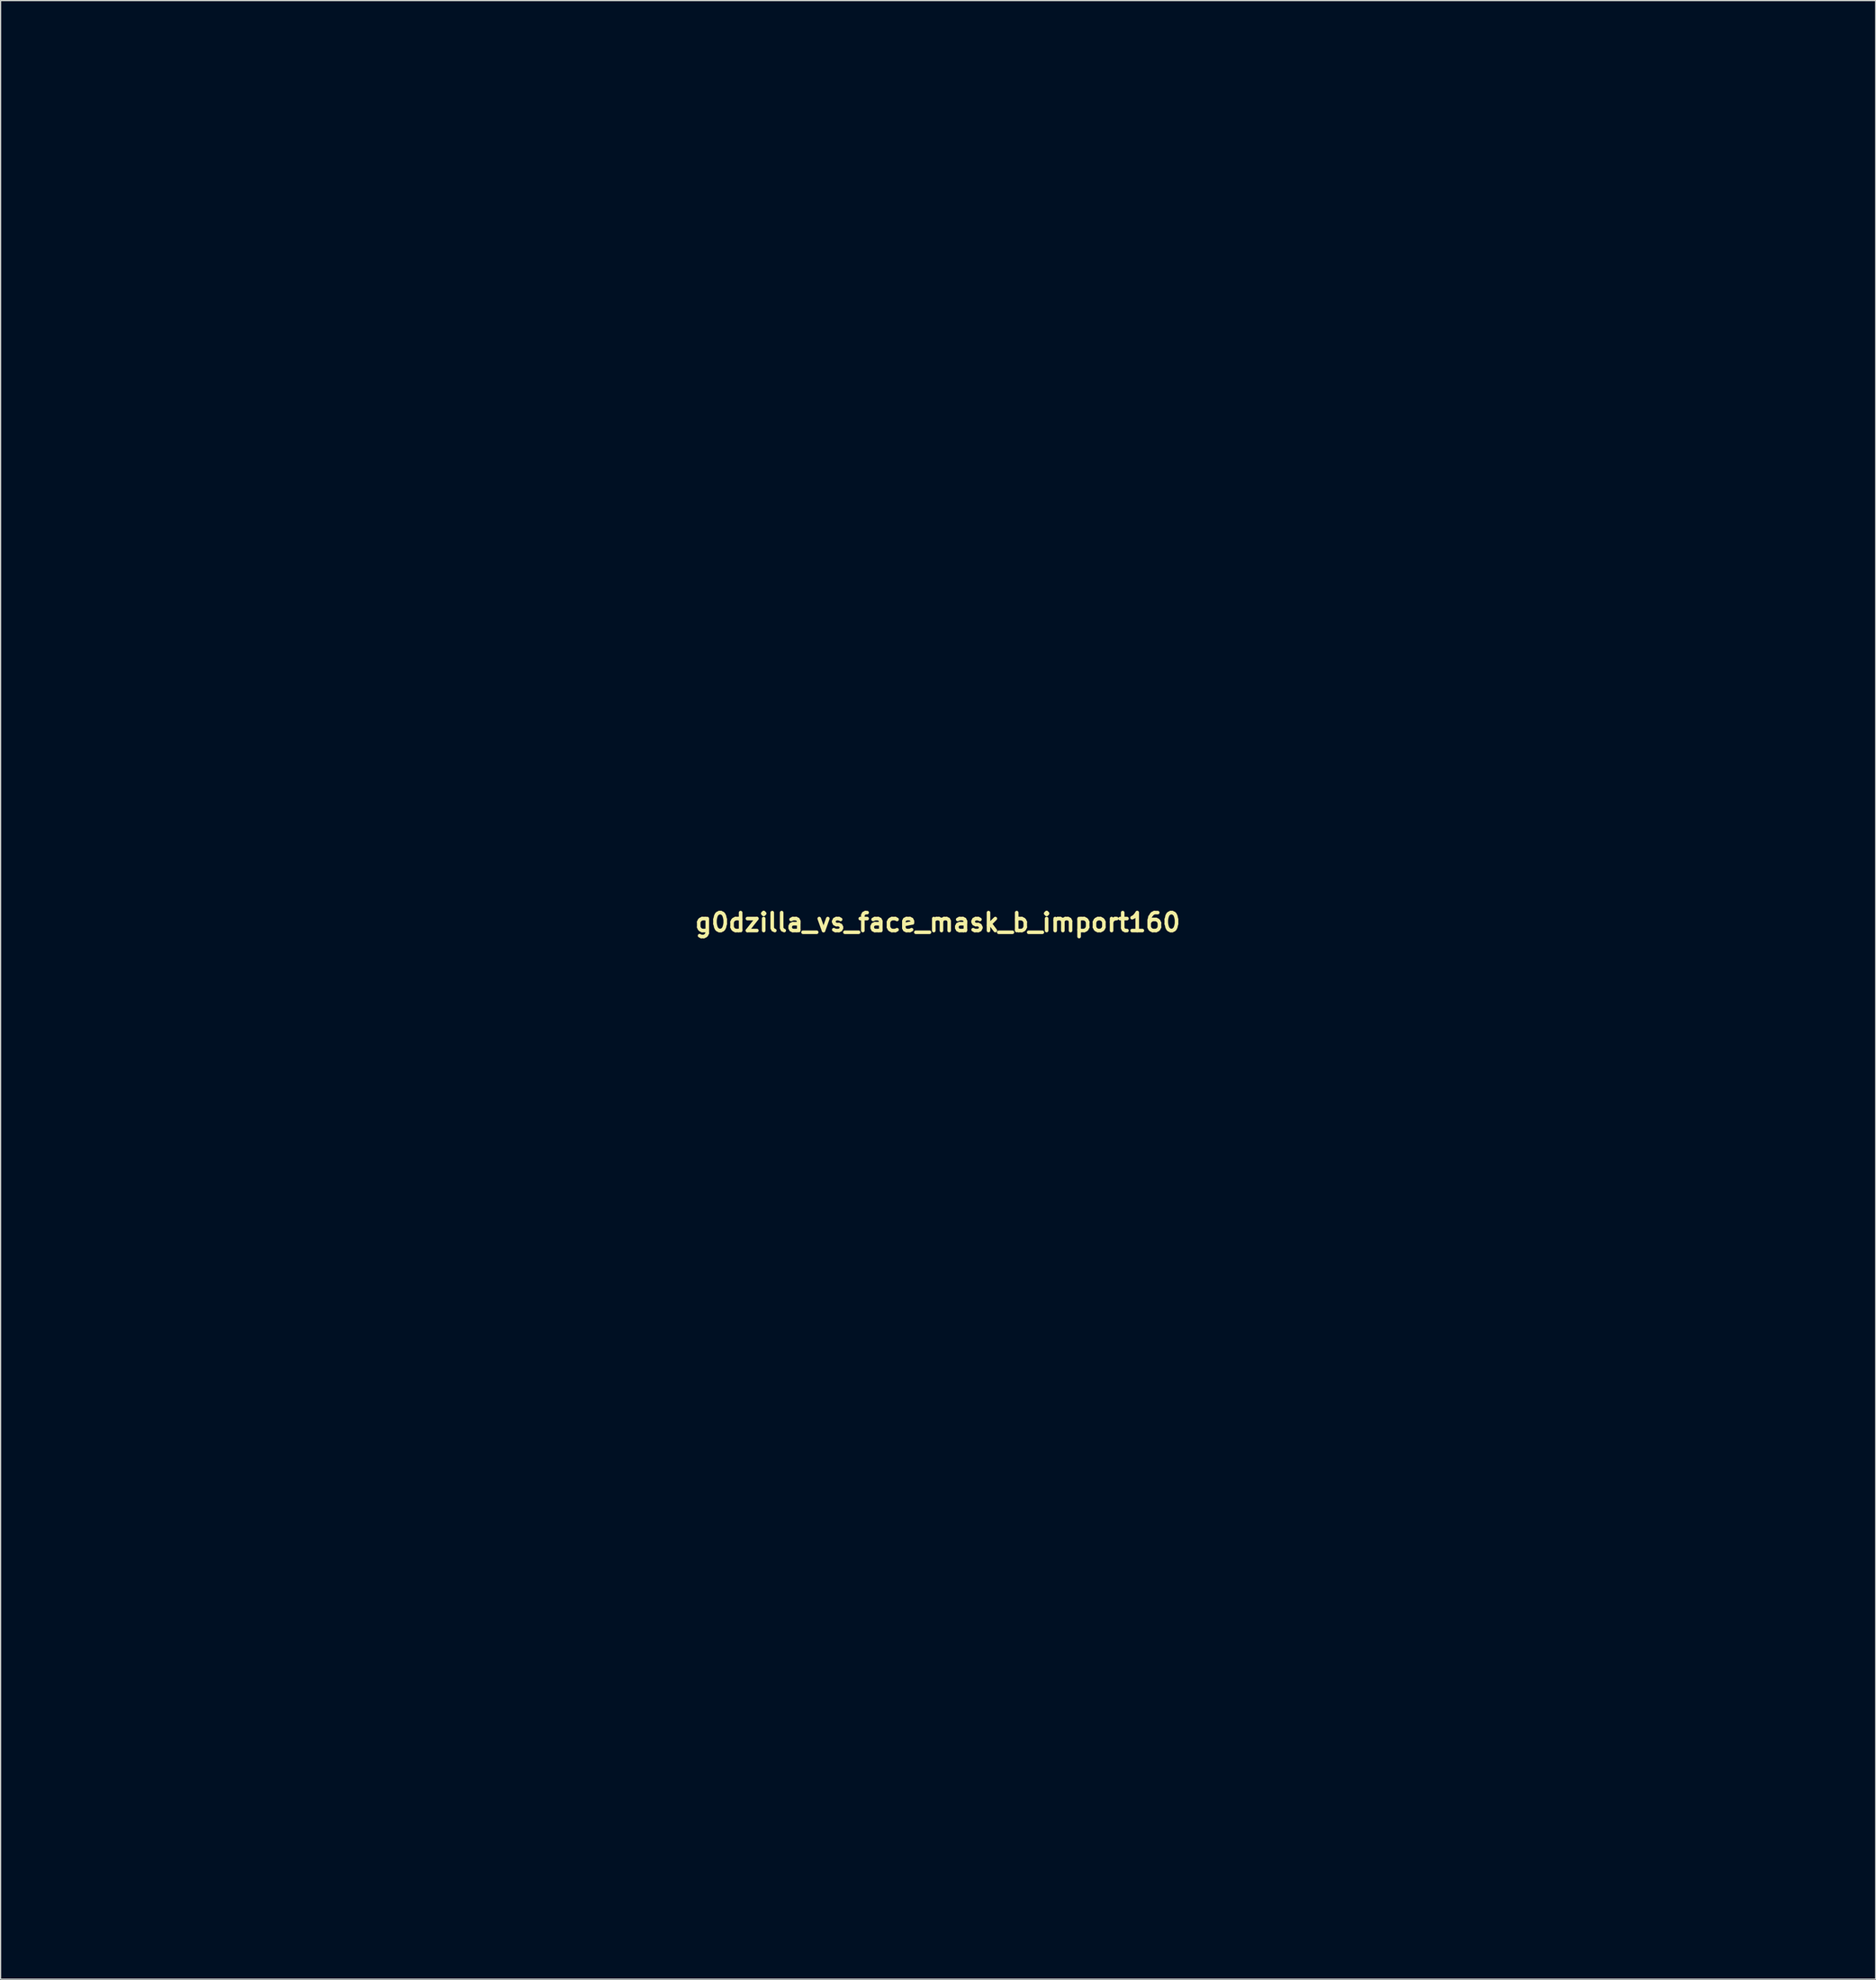
<source format=kicad_pcb>
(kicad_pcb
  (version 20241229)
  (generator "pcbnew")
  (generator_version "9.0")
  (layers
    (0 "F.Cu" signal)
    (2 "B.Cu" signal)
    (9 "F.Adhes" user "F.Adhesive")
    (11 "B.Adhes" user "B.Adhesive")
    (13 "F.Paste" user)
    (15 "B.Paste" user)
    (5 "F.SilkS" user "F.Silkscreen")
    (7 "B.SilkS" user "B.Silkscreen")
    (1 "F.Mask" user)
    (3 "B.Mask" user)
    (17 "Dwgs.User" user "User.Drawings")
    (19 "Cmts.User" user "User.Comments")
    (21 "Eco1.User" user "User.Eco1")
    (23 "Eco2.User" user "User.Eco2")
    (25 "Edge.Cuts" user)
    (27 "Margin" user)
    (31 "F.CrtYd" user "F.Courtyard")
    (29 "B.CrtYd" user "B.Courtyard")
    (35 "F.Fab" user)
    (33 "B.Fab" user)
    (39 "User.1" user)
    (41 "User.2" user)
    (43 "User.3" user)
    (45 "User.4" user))
  (footprint "g0dzilla_vs_face_mask_b_import160"
    (layer "F.Cu")
    (at 75.304 74.023)
    (property "Reference" "g0dzilla_vs_face_mask_b_import160" (at 0 0 0) (layer "F.SilkS") (effects (font (size 1.5 1.5) (thickness 0.3))))
    (attr board_only exclude_from_pos_files exclude_from_bom)
    (fp_poly (pts (xy -72.913 8.879) (xy -72.913 9.947) (xy -71.782 9.947) (xy -70.65 9.947) (xy -70.65 10.096) (xy -70.65 10.245) (xy -71.782 10.245) (xy -72.913 10.245) (xy -72.913 11.313) (xy -72.913 12.38) (xy -73.062 12.38) (xy -73.212 12.38) (xy -73.212 11.313) (xy -73.212 10.245) (xy -74.258 10.245) (xy -75.304 10.245) (xy -75.304 10.096) (xy -75.304 9.947) (xy -74.258 9.947) (xy -73.212 9.947) (xy -73.212 8.879) (xy -73.212 7.812) (xy -73.062 7.812) (xy -72.913 7.812)) (stroke (width 0) (type solid)) (fill yes) (layer "F.Mask"))
    (fp_poly (pts (xy -72.87 -72.977) (xy -72.87 -71.931) (xy -71.76 -71.931) (xy -70.65 -71.931) (xy -70.65 -71.76) (xy -70.65 -71.59) (xy -71.76 -71.59) (xy -72.87 -71.59) (xy -72.87 -70.544) (xy -72.87 -69.498) (xy -73.041 -69.498) (xy -73.212 -69.498) (xy -73.212 -70.544) (xy -73.212 -71.59) (xy -74.236 -71.59) (xy -75.261 -71.59) (xy -75.261 -71.76) (xy -75.261 -71.931) (xy -74.236 -71.931) (xy -73.212 -71.931) (xy -73.212 -72.977) (xy -73.212 -74.023) (xy -73.041 -74.023) (xy -72.87 -74.023)) (stroke (width 0) (type solid)) (fill yes) (layer "F.Mask"))
    (fp_poly (pts (xy -72.87 -36.969) (xy -72.87 -35.902) (xy -71.76 -35.902) (xy -70.65 -35.902) (xy -70.65 -35.752) (xy -70.65 -35.603) (xy -71.76 -35.603) (xy -72.87 -35.603) (xy -72.87 -34.535) (xy -72.87 -33.468) (xy -73.041 -33.468) (xy -73.212 -33.468) (xy -73.212 -34.535) (xy -73.212 -35.603) (xy -74.236 -35.603) (xy -75.261 -35.603) (xy -75.261 -35.752) (xy -75.261 -35.902) (xy -74.236 -35.902) (xy -73.212 -35.902) (xy -73.212 -36.969) (xy -73.212 -38.036) (xy -73.041 -38.036) (xy -72.87 -38.036)) (stroke (width 0) (type solid)) (fill yes) (layer "F.Mask"))
    (fp_poly (pts (xy -72.785 63.799) (xy -72.785 64.845) (xy -71.675 64.845) (xy -70.565 64.845) (xy -70.565 65.015) (xy -70.565 65.186) (xy -71.675 65.186) (xy -72.785 65.186) (xy -72.785 66.232) (xy -72.785 67.278) (xy -72.956 67.278) (xy -73.126 67.278) (xy -73.126 66.232) (xy -73.126 65.186) (xy -74.151 65.186) (xy -75.175 65.186) (xy -75.175 65.015) (xy -75.175 64.845) (xy -74.151 64.845) (xy -73.126 64.845) (xy -73.126 63.799) (xy -73.126 62.753) (xy -72.956 62.753) (xy -72.785 62.753)) (stroke (width 0) (type solid)) (fill yes) (layer "F.Mask"))
    (fp_poly (pts (xy 73.041 -72.934) (xy 73.041 -71.888) (xy 74.172 -71.888) (xy 75.304 -71.888) (xy 75.304 -71.718) (xy 75.304 -71.547) (xy 74.172 -71.547) (xy 73.041 -71.547) (xy 73.041 -70.501) (xy 73.041 -69.455) (xy 72.892 -69.455) (xy 72.742 -69.455) (xy 72.742 -70.501) (xy 72.742 -71.547) (xy 71.696 -71.547) (xy 70.65 -71.547) (xy 70.65 -71.718) (xy 70.65 -71.888) (xy 71.696 -71.888) (xy 72.742 -71.888) (xy 72.742 -72.934) (xy 72.742 -73.98) (xy 72.892 -73.98) (xy 73.041 -73.98)) (stroke (width 0) (type solid)) (fill yes) (layer "F.Mask"))
    (fp_poly (pts (xy 73.041 -36.947) (xy 73.041 -35.902) (xy 74.172 -35.902) (xy 75.304 -35.902) (xy 75.304 -35.731) (xy 75.304 -35.56) (xy 74.172 -35.56) (xy 73.041 -35.56) (xy 73.041 -34.514) (xy 73.041 -33.468) (xy 72.892 -33.468) (xy 72.742 -33.468) (xy 72.742 -34.514) (xy 72.742 -35.56) (xy 71.696 -35.56) (xy 70.65 -35.56) (xy 70.65 -35.731) (xy 70.65 -35.902) (xy 71.696 -35.902) (xy 72.742 -35.902) (xy 72.742 -36.947) (xy 72.742 -37.993) (xy 72.892 -37.993) (xy 73.041 -37.993)) (stroke (width 0) (type solid)) (fill yes) (layer "F.Mask"))
    (fp_poly (pts (xy 73.041 8.901) (xy 73.041 9.947) (xy 74.151 9.947) (xy 75.261 9.947) (xy 75.261 10.117) (xy 75.261 10.288) (xy 74.151 10.288) (xy 73.041 10.288) (xy 73.041 11.334) (xy 73.041 12.38) (xy 72.87 12.38) (xy 72.699 12.38) (xy 72.699 11.334) (xy 72.699 10.288) (xy 71.675 10.288) (xy 70.65 10.288) (xy 70.65 10.117) (xy 70.65 9.947) (xy 71.675 9.947) (xy 72.699 9.947) (xy 72.699 8.901) (xy 72.699 7.855) (xy 72.87 7.855) (xy 73.041 7.855)) (stroke (width 0) (type solid)) (fill yes) (layer "F.Mask"))
    (fp_poly (pts (xy 73.126 63.842) (xy 73.126 64.887) (xy 74.258 64.887) (xy 75.389 64.887) (xy 75.389 65.058) (xy 75.389 65.229) (xy 74.258 65.229) (xy 73.126 65.229) (xy 73.126 66.275) (xy 73.126 67.321) (xy 72.977 67.321) (xy 72.828 67.321) (xy 72.828 66.275) (xy 72.828 65.229) (xy 71.803 65.229) (xy 70.778 65.229) (xy 70.778 65.058) (xy 70.778 64.887) (xy 71.803 64.887) (xy 72.828 64.887) (xy 72.828 63.842) (xy 72.828 62.796) (xy 72.977 62.796) (xy 73.126 62.796)) (stroke (width 0) (type solid)) (fill yes) (layer "F.Mask"))
    (fp_poly (pts (xy -43.372 -46.659) (xy -43.135 -46.655) (xy -42.94 -46.646) (xy -42.764 -46.629) (xy -42.585 -46.603) (xy -42.382 -46.565) (xy -42.177 -46.524) (xy -41.921 -46.47) (xy -41.729 -46.424) (xy -41.579 -46.38) (xy -41.45 -46.33) (xy -41.321 -46.266) (xy -41.173 -46.18) (xy -41.099 -46.136) (xy -40.933 -46.032) (xy -40.798 -45.939) (xy -40.709 -45.869) (xy -40.681 -45.834) (xy -40.672 -45.764) (xy -40.652 -45.646) (xy -40.643 -45.599) (xy -40.607 -45.413) (xy -40.955 -45.158) (xy -41.163 -44.988) (xy -41.399 -44.764) (xy -41.669 -44.478) (xy -41.857 -44.268) (xy -42.103 -43.979) (xy -42.296 -43.731) (xy -42.446 -43.509) (xy -42.561 -43.295) (xy -42.65 -43.072) (xy -42.724 -42.825) (xy -42.778 -42.593) (xy -42.843 -42.343) (xy -42.916 -42.173) (xy -42.999 -42.077) (xy -43.089 -42.05) (xy -43.141 -42.072) (xy -43.251 -42.131) (xy -43.403 -42.219) (xy -43.583 -42.328) (xy -43.634 -42.359) (xy -44.131 -42.668) (xy -44.387 -43.095) (xy -44.643 -43.522) (xy -44.712 -44.162) (xy -44.739 -44.456) (xy -44.761 -44.788) (xy -44.775 -45.116) (xy -44.781 -45.4) (xy -44.781 -45.405) (xy -44.777 -45.699) (xy -44.763 -45.928) (xy -44.735 -46.113) (xy -44.69 -46.275) (xy -44.623 -46.433) (xy -44.578 -46.52) (xy -44.505 -46.659) (xy -43.672 -46.66)) (stroke (width 0) (type solid)) (fill yes) (layer "F.Mask"))
    (fp_poly (pts (xy 34.768 -42.716) (xy 34.831 -42.608) (xy 34.837 -42.597) (xy 34.939 -42.429) (xy 35.098 -42.216) (xy 35.303 -41.967) (xy 35.546 -41.694) (xy 35.817 -41.405) (xy 36.108 -41.112) (xy 36.408 -40.824) (xy 36.606 -40.643) (xy 36.923 -40.368) (xy 37.2 -40.148) (xy 37.452 -39.973) (xy 37.693 -39.831) (xy 37.833 -39.761) (xy 37.943 -39.695) (xy 37.988 -39.623) (xy 37.993 -39.576) (xy 37.983 -39.479) (xy 37.944 -39.407) (xy 37.861 -39.343) (xy 37.717 -39.27) (xy 37.672 -39.25) (xy 36.955 -38.969) (xy 36.233 -38.754) (xy 35.523 -38.611) (xy 35.24 -38.575) (xy 34.929 -38.542) (xy 34.69 -38.517) (xy 34.508 -38.502) (xy 34.371 -38.494) (xy 34.266 -38.494) (xy 34.178 -38.501) (xy 34.094 -38.515) (xy 34.003 -38.535) (xy 33.783 -38.608) (xy 33.62 -38.717) (xy 33.608 -38.729) (xy 33.54 -38.798) (xy 33.499 -38.861) (xy 33.478 -38.941) (xy 33.47 -39.062) (xy 33.469 -39.229) (xy 33.479 -39.524) (xy 33.507 -39.874) (xy 33.549 -40.248) (xy 33.603 -40.619) (xy 33.664 -40.957) (xy 33.674 -41.003) (xy 33.729 -41.216) (xy 33.807 -41.454) (xy 33.902 -41.704) (xy 34.007 -41.954) (xy 34.117 -42.189) (xy 34.224 -42.398) (xy 34.324 -42.566) (xy 34.41 -42.682) (xy 34.476 -42.731) (xy 34.484 -42.732) (xy 34.586 -42.744) (xy 34.65 -42.758) (xy 34.714 -42.76)) (stroke (width 0) (type solid)) (fill yes) (layer "F.Mask"))
    (fp_poly (pts (xy 38.72 -44.259) (xy 38.823 -44.242) (xy 38.924 -44.206) (xy 38.977 -44.182) (xy 39.18 -44.087) (xy 39.233 -43.604) (xy 39.257 -43.318) (xy 39.268 -42.975) (xy 39.268 -42.565) (xy 39.26 -42.169) (xy 39.246 -41.77) (xy 39.227 -41.444) (xy 39.199 -41.178) (xy 39.16 -40.957) (xy 39.105 -40.77) (xy 39.031 -40.603) (xy 38.935 -40.444) (xy 38.814 -40.278) (xy 38.742 -40.189) (xy 38.581 -40.001) (xy 38.428 -39.838) (xy 38.294 -39.711) (xy 38.189 -39.627) (xy 38.123 -39.597) (xy 38.107 -39.605) (xy 38.083 -39.653) (xy 38.03 -39.764) (xy 37.954 -39.926) (xy 37.861 -40.124) (xy 37.79 -40.277) (xy 37.616 -40.643) (xy 37.459 -40.945) (xy 37.31 -41.199) (xy 37.159 -41.423) (xy 36.995 -41.633) (xy 36.899 -41.745) (xy 36.505 -42.148) (xy 36.1 -42.47) (xy 35.678 -42.715) (xy 35.232 -42.889) (xy 35.197 -42.899) (xy 35.003 -42.959) (xy 34.876 -43.01) (xy 34.797 -43.064) (xy 34.751 -43.13) (xy 34.729 -43.19) (xy 34.723 -43.248) (xy 34.754 -43.295) (xy 34.84 -43.345) (xy 34.932 -43.388) (xy 35.409 -43.579) (xy 35.907 -43.737) (xy 36.457 -43.871) (xy 36.521 -43.885) (xy 36.789 -43.942) (xy 37.071 -44.003) (xy 37.336 -44.061) (xy 37.553 -44.11) (xy 37.588 -44.118) (xy 37.825 -44.166) (xy 38.085 -44.209) (xy 38.324 -44.24) (xy 38.394 -44.247) (xy 38.586 -44.26)) (stroke (width 0) (type solid)) (fill yes) (layer "F.Mask"))
    (fp_poly (pts (xy -40.279 -45.342) (xy -40.19 -45.298) (xy -40.112 -45.249) (xy -39.801 -45.018) (xy -39.511 -44.73) (xy -39.237 -44.38) (xy -38.976 -43.96) (xy -38.722 -43.465) (xy -38.552 -43.082) (xy -38.443 -42.822) (xy -38.341 -42.571) (xy -38.252 -42.347) (xy -38.184 -42.167) (xy -38.142 -42.048) (xy -38.14 -42.042) (xy -38.1 -41.905) (xy -38.087 -41.816) (xy -38.102 -41.747) (xy -38.146 -41.663) (xy -38.149 -41.659) (xy -38.202 -41.582) (xy -38.265 -41.532) (xy -38.362 -41.498) (xy -38.519 -41.467) (xy -38.529 -41.465) (xy -38.658 -41.449) (xy -38.85 -41.434) (xy -39.086 -41.418) (xy -39.35 -41.405) (xy -39.624 -41.394) (xy -39.89 -41.385) (xy -40.132 -41.38) (xy -40.332 -41.38) (xy -40.472 -41.384) (xy -40.512 -41.388) (xy -40.592 -41.397) (xy -40.738 -41.41) (xy -40.933 -41.427) (xy -41.157 -41.446) (xy -41.238 -41.452) (xy -41.642 -41.489) (xy -41.967 -41.53) (xy -42.218 -41.576) (xy -42.402 -41.628) (xy -42.524 -41.689) (xy -42.59 -41.758) (xy -42.594 -41.766) (xy -42.609 -41.815) (xy -42.602 -41.862) (xy -42.561 -41.921) (xy -42.476 -42.004) (xy -42.339 -42.124) (xy -42.281 -42.174) (xy -41.969 -42.478) (xy -41.652 -42.862) (xy -41.333 -43.323) (xy -41.174 -43.58) (xy -41.067 -43.775) (xy -40.943 -44.023) (xy -40.816 -44.299) (xy -40.695 -44.576) (xy -40.594 -44.828) (xy -40.528 -45.015) (xy -40.475 -45.156) (xy -40.418 -45.269) (xy -40.384 -45.315) (xy -40.336 -45.346)) (stroke (width 0) (type solid)) (fill yes) (layer "F.Mask"))
    (fp_poly (pts (xy -18.037 -0.971) (xy -17.854 -0.944) (xy -17.633 -0.903) (xy -17.392 -0.854) (xy -17.152 -0.799) (xy -16.931 -0.745) (xy -16.751 -0.694) (xy -16.629 -0.651) (xy -16.608 -0.641) (xy -16.522 -0.559) (xy -16.508 -0.442) (xy -16.568 -0.287) (xy -16.686 -0.11) (xy -16.861 0.129) (xy -16.989 0.331) (xy -17.08 0.519) (xy -17.145 0.717) (xy -17.196 0.95) (xy -17.204 0.999) (xy -17.257 1.282) (xy -17.31 1.503) (xy -17.375 1.683) (xy -17.463 1.84) (xy -17.584 1.993) (xy -17.749 2.161) (xy -17.969 2.362) (xy -17.983 2.375) (xy -18.287 2.634) (xy -18.664 2.931) (xy -19.114 3.266) (xy -19.639 3.641) (xy -20.238 4.055) (xy -20.803 4.435) (xy -21.063 4.615) (xy -21.364 4.834) (xy -21.682 5.074) (xy -21.992 5.316) (xy -22.272 5.543) (xy -22.297 5.563) (xy -23.29 6.373) (xy -24.258 7.117) (xy -25.216 7.805) (xy -26.178 8.448) (xy -27.16 9.055) (xy -28.177 9.636) (xy -29.242 10.201) (xy -29.594 10.379) (xy -30.864 11.014) (xy -31.219 11.014) (xy -31.573 11.014) (xy -31.71 10.821) (xy -31.79 10.686) (xy -31.893 10.481) (xy -32.014 10.218) (xy -32.148 9.907) (xy -32.289 9.56) (xy -32.434 9.188) (xy -32.525 8.943) (xy -32.729 8.388) (xy -32.699 7.791) (xy -32.685 7.587) (xy -32.657 7.31) (xy -32.618 6.968) (xy -32.568 6.571) (xy -32.51 6.129) (xy -32.443 5.653) (xy -32.399 5.344) (xy -32.329 4.863) (xy -32.269 4.459) (xy -32.217 4.124) (xy -32.169 3.851) (xy -32.121 3.631) (xy -32.071 3.458) (xy -32.014 3.324) (xy -31.947 3.221) (xy -31.867 3.142) (xy -31.77 3.079) (xy -31.653 3.024) (xy -31.513 2.971) (xy -31.346 2.911) (xy -31.291 2.891) (xy -31.133 2.836) (xy -30.904 2.759) (xy -30.615 2.664) (xy -30.276 2.555) (xy -29.9 2.435) (xy -29.497 2.307) (xy -29.077 2.176) (xy -28.666 2.049) (xy -28.213 1.909) (xy -27.744 1.764) (xy -27.272 1.618) (xy -26.813 1.475) (xy -26.38 1.341) (xy -25.99 1.219) (xy -25.656 1.114) (xy -25.464 1.053) (xy -25.112 0.943) (xy -24.701 0.818) (xy -24.257 0.684) (xy -23.802 0.549) (xy -23.361 0.419) (xy -22.959 0.303) (xy -22.945 0.299) (xy -22.553 0.187) (xy -22.129 0.063) (xy -21.695 -0.064) (xy -21.275 -0.188) (xy -20.89 -0.304) (xy -20.563 -0.403) (xy -20.533 -0.412) (xy -19.948 -0.588) (xy -19.44 -0.731) (xy -19.008 -0.841) (xy -18.651 -0.92) (xy -18.368 -0.966) (xy -18.162 -0.981)) (stroke (width 0) (type solid)) (fill yes) (layer "F.Mask"))
    (fp_poly (pts (xy -2.037 29.394) (xy -1.941 29.453) (xy -1.861 29.514) (xy -1.754 29.591) (xy -1.591 29.695) (xy -1.394 29.813) (xy -1.183 29.933) (xy -1.148 29.952) (xy -0.93 30.075) (xy -0.718 30.204) (xy -0.533 30.326) (xy -0.398 30.425) (xy -0.387 30.434) (xy -0.227 30.557) (xy -0.034 30.691) (xy 0.143 30.8) (xy 0.441 30.971) (xy 0.555 31.462) (xy 0.605 31.65) (xy 0.673 31.875) (xy 0.755 32.122) (xy 0.844 32.373) (xy 0.935 32.614) (xy 1.02 32.826) (xy 1.094 32.994) (xy 1.152 33.102) (xy 1.165 33.12) (xy 1.218 33.168) (xy 1.324 33.251) (xy 1.466 33.358) (xy 1.581 33.441) (xy 1.743 33.554) (xy 1.874 33.635) (xy 2 33.695) (xy 2.145 33.746) (xy 2.334 33.796) (xy 2.474 33.831) (xy 2.998 33.956) (xy 3.485 33.789) (xy 3.68 33.718) (xy 3.848 33.651) (xy 3.97 33.593) (xy 4.029 33.556) (xy 4.163 33.37) (xy 4.305 33.124) (xy 4.445 32.841) (xy 4.571 32.544) (xy 4.671 32.255) (xy 4.671 32.254) (xy 4.731 32.06) (xy 4.781 31.898) (xy 4.817 31.785) (xy 4.835 31.736) (xy 4.835 31.735) (xy 4.89 31.698) (xy 5 31.631) (xy 5.148 31.546) (xy 5.312 31.454) (xy 5.473 31.365) (xy 5.613 31.291) (xy 5.712 31.243) (xy 5.72 31.239) (xy 5.856 31.194) (xy 6.055 31.144) (xy 6.298 31.093) (xy 6.564 31.045) (xy 6.833 31.003) (xy 7.082 30.972) (xy 7.292 30.953) (xy 7.387 30.95) (xy 7.633 30.97) (xy 7.917 31.025) (xy 8.042 31.058) (xy 8.223 31.109) (xy 8.353 31.138) (xy 8.462 31.145) (xy 8.581 31.134) (xy 8.74 31.106) (xy 8.755 31.103) (xy 8.962 31.054) (xy 9.162 30.982) (xy 9.384 30.875) (xy 9.509 30.807) (xy 9.925 30.574) (xy 10.536 30.544) (xy 11.147 30.514) (xy 11.639 30.222) (xy 11.863 30.093) (xy 12.027 30.007) (xy 12.144 29.96) (xy 12.225 29.947) (xy 12.245 29.949) (xy 12.33 29.963) (xy 12.478 29.986) (xy 12.671 30.016) (xy 12.887 30.048) (xy 12.909 30.052) (xy 13.596 30.197) (xy 13.976 30.316) (xy 14.198 30.396) (xy 14.356 30.46) (xy 14.47 30.519) (xy 14.559 30.583) (xy 14.641 30.662) (xy 14.674 30.697) (xy 14.854 30.896) (xy 15.506 30.709) (xy 16.157 30.522) (xy 16.828 30.571) (xy 17.094 30.59) (xy 17.302 30.599) (xy 17.478 30.599) (xy 17.649 30.588) (xy 17.841 30.566) (xy 18.082 30.531) (xy 18.136 30.522) (xy 18.773 30.424) (xy 19.451 30.548) (xy 20.128 30.672) (xy 20.178 30.992) (xy 20.194 31.11) (xy 20.215 31.3) (xy 20.241 31.551) (xy 20.271 31.851) (xy 20.303 32.187) (xy 20.335 32.547) (xy 20.364 32.871) (xy 20.403 33.325) (xy 20.432 33.706) (xy 20.454 34.026) (xy 20.468 34.296) (xy 20.474 34.528) (xy 20.472 34.733) (xy 20.463 34.923) (xy 20.448 35.111) (xy 20.425 35.307) (xy 20.423 35.328) (xy 20.395 35.544) (xy 20.987 36.016) (xy 21.153 36.146) (xy 21.376 36.318) (xy 21.645 36.523) (xy 21.951 36.754) (xy 22.281 37.002) (xy 22.624 37.258) (xy 22.97 37.515) (xy 23.095 37.606) (xy 23.499 37.905) (xy 23.843 38.164) (xy 24.139 38.39) (xy 24.398 38.592) (xy 24.629 38.779) (xy 24.843 38.96) (xy 25.051 39.142) (xy 25.264 39.335) (xy 25.411 39.471) (xy 26.211 40.218) (xy 26.21 40.888) (xy 26.209 41.558) (xy 25.815 42.169) (xy 25.42 42.78) (xy 25.083 42.927) (xy 24.931 42.992) (xy 24.813 43.042) (xy 24.749 43.069) (xy 24.742 43.072) (xy 24.708 43.047) (xy 24.619 42.981) (xy 24.486 42.883) (xy 24.321 42.761) (xy 24.269 42.723) (xy 23.8 42.375) (xy 22.748 42.111) (xy 21.696 41.848) (xy 19.652 41.867) (xy 17.609 41.887) (xy 16.435 41.754) (xy 14.391 41.501) (xy 12.373 41.211) (xy 10.405 40.887) (xy 10.096 40.832) (xy 8.09 40.472) (xy 7.126 40.093) (xy 6.162 39.715) (xy 5.504 39.661) (xy 5.236 39.633) (xy 4.91 39.591) (xy 4.551 39.537) (xy 4.185 39.477) (xy 3.885 39.422) (xy 3.572 39.364) (xy 3.199 39.3) (xy 2.789 39.233) (xy 2.368 39.166) (xy 1.958 39.105) (xy 1.665 39.063) (xy 1.323 39.016) (xy 1.036 38.978) (xy 0.786 38.947) (xy 0.557 38.924) (xy 0.335 38.905) (xy 0.102 38.891) (xy -0.158 38.88) (xy -0.459 38.871) (xy -0.819 38.863) (xy -1.11 38.857) (xy -2.625 38.826) (xy -2.762 38.946) (xy -2.848 39.014) (xy -2.987 39.117) (xy -3.162 39.241) (xy -3.356 39.374) (xy -3.4 39.405) (xy -3.902 39.744) (xy -4.774 39.744) (xy -5.645 39.744) (xy -6.222 39.434) (xy -6.598 39.218) (xy -6.905 39.012) (xy -7.122 38.836) (xy -7.445 38.548) (xy -8.386 38.549) (xy -8.638 38.547) (xy -8.959 38.542) (xy -9.335 38.535) (xy -9.752 38.526) (xy -10.194 38.515) (xy -10.645 38.502) (xy -11.092 38.487) (xy -11.249 38.482) (xy -11.705 38.466) (xy -12.087 38.452) (xy -12.404 38.439) (xy -12.667 38.427) (xy -12.887 38.414) (xy -13.073 38.4) (xy -13.235 38.383) (xy -13.386 38.364) (xy -13.534 38.341) (xy -13.69 38.313) (xy -13.864 38.28) (xy -13.938 38.266) (xy -14.187 38.217) (xy -14.41 38.173) (xy -14.593 38.136) (xy -14.719 38.109) (xy -14.774 38.097) (xy -14.818 38.051) (xy -14.882 37.945) (xy -14.959 37.798) (xy -15.038 37.629) (xy -15.111 37.456) (xy -15.169 37.301) (xy -15.197 37.202) (xy -15.21 37.083) (xy -15.213 36.895) (xy -15.206 36.654) (xy -15.192 36.378) (xy -15.171 36.081) (xy -15.144 35.781) (xy -15.113 35.494) (xy -15.078 35.235) (xy -15.052 35.077) (xy -15.011 34.826) (xy -14.971 34.519) (xy -14.936 34.185) (xy -14.907 33.855) (xy -14.898 33.72) (xy -14.849 32.925) (xy -15.002 32.436) (xy -15.074 32.197) (xy -15.121 32.016) (xy -15.143 31.868) (xy -15.142 31.729) (xy -15.12 31.577) (xy -15.08 31.388) (xy -15.077 31.376) (xy -15.003 31.056) (xy -14.649 30.985) (xy -14.358 30.908) (xy -14.103 30.794) (xy -14.013 30.742) (xy -13.73 30.57) (xy -13.365 30.901) (xy -13.173 31.067) (xy -12.959 31.242) (xy -12.755 31.399) (xy -12.657 31.469) (xy -12.488 31.583) (xy -12.36 31.656) (xy -12.248 31.699) (xy -12.126 31.722) (xy -12.038 31.732) (xy -11.868 31.741) (xy -11.723 31.727) (xy -11.564 31.685) (xy -11.456 31.648) (xy -11.151 31.539) (xy -11 31.106) (xy -10.931 30.887) (xy -10.857 30.619) (xy -10.787 30.338) (xy -10.735 30.096) (xy -10.692 29.885) (xy -10.655 29.707) (xy -10.626 29.577) (xy -10.609 29.51) (xy -10.607 29.505) (xy -10.567 29.516) (xy -10.489 29.565) (xy -10.484 29.569) (xy -10.432 29.62) (xy -10.38 29.708) (xy -10.322 29.843) (xy -10.252 30.037) (xy -10.182 30.251) (xy -9.99 30.853) (xy -9.716 31.094) (xy -9.581 31.21) (xy -9.484 31.281) (xy -9.4 31.318) (xy -9.304 31.332) (xy -9.177 31.334) (xy -8.98 31.321) (xy -8.818 31.276) (xy -8.71 31.224) (xy -8.607 31.163) (xy -8.539 31.104) (xy -8.488 31.021) (xy -8.44 30.893) (xy -8.406 30.786) (xy -8.328 30.57) (xy -8.236 30.403) (xy -8.117 30.256) (xy -7.928 30.053) (xy -7.374 30.053) (xy -6.819 30.053) (xy -6.413 30.245) (xy -6.267 30.313) (xy -6.142 30.365) (xy -6.02 30.406) (xy -5.885 30.44) (xy -5.719 30.471) (xy -5.505 30.503) (xy -5.226 30.541) (xy -5.191 30.546) (xy -4.376 30.654) (xy -3.543 30.556) (xy -2.711 30.459) (xy -2.425 29.926) (xy -2.319 29.733) (xy -2.224 29.569) (xy -2.149 29.448) (xy -2.101 29.384) (xy -2.093 29.378)) (stroke (width 0) (type solid)) (fill yes) (layer "F.Mask"))
    (fp_poly (pts (xy 26.052 -2.638) (xy 26.211 -2.548) (xy 26.387 -2.46) (xy 26.583 -2.384) (xy 26.695 -2.353) (xy 26.968 -2.266) (xy 27.19 -2.143) (xy 27.348 -1.992) (xy 27.421 -1.857) (xy 27.483 -1.675) (xy 27.212 -1.161) (xy 27.086 -0.913) (xy 26.993 -0.705) (xy 26.921 -0.503) (xy 26.857 -0.275) (xy 26.815 -0.099) (xy 26.761 0.125) (xy 26.69 0.405) (xy 26.609 0.716) (xy 26.524 1.032) (xy 26.455 1.281) (xy 26.373 1.573) (xy 26.313 1.803) (xy 26.27 1.989) (xy 26.24 2.15) (xy 26.221 2.307) (xy 26.209 2.477) (xy 26.2 2.68) (xy 26.199 2.689) (xy 26.193 3.092) (xy 26.202 3.522) (xy 26.229 3.987) (xy 26.273 4.494) (xy 26.335 5.051) (xy 26.417 5.667) (xy 26.519 6.348) (xy 26.641 7.102) (xy 26.663 7.236) (xy 26.835 8.172) (xy 27.024 9.048) (xy 27.237 9.879) (xy 27.478 10.685) (xy 27.754 11.48) (xy 28.07 12.284) (xy 28.432 13.113) (xy 28.845 13.983) (xy 28.928 14.151) (xy 29.115 14.529) (xy 29.27 14.846) (xy 29.398 15.116) (xy 29.506 15.355) (xy 29.601 15.577) (xy 29.688 15.797) (xy 29.775 16.029) (xy 29.866 16.29) (xy 29.969 16.592) (xy 29.979 16.619) (xy 30.089 16.947) (xy 30.179 17.207) (xy 30.252 17.41) (xy 30.315 17.571) (xy 30.373 17.7) (xy 30.432 17.812) (xy 30.497 17.917) (xy 30.575 18.03) (xy 30.666 18.156) (xy 30.932 18.566) (xy 31.194 19.051) (xy 31.281 19.231) (xy 31.434 19.56) (xy 31.554 19.825) (xy 31.646 20.037) (xy 31.715 20.211) (xy 31.764 20.358) (xy 31.8 20.49) (xy 31.825 20.622) (xy 31.846 20.764) (xy 31.847 20.772) (xy 31.96 21.516) (xy 32.104 22.219) (xy 32.188 22.558) (xy 32.323 23.063) (xy 32.23 23.431) (xy 32.179 23.655) (xy 32.128 23.914) (xy 32.087 24.16) (xy 32.081 24.205) (xy 32.047 24.416) (xy 32.005 24.583) (xy 31.944 24.742) (xy 31.851 24.927) (xy 31.816 24.992) (xy 31.725 25.152) (xy 31.645 25.282) (xy 31.588 25.364) (xy 31.567 25.384) (xy 31.518 25.367) (xy 31.409 25.314) (xy 31.252 25.23) (xy 31.058 25.122) (xy 30.864 25.01) (xy 30.607 24.858) (xy 30.405 24.732) (xy 30.239 24.615) (xy 30.087 24.493) (xy 29.93 24.352) (xy 29.749 24.175) (xy 29.744 24.171) (xy 29.555 23.978) (xy 29.422 23.831) (xy 29.348 23.734) (xy 29.337 23.69) (xy 29.339 23.689) (xy 29.397 23.669) (xy 29.522 23.631) (xy 29.697 23.582) (xy 29.907 23.525) (xy 30.001 23.5) (xy 30.214 23.441) (xy 30.393 23.387) (xy 30.523 23.343) (xy 30.592 23.313) (xy 30.599 23.305) (xy 30.568 23.264) (xy 30.49 23.169) (xy 30.374 23.032) (xy 30.229 22.863) (xy 30.072 22.682) (xy 29.906 22.491) (xy 29.759 22.32) (xy 29.64 22.18) (xy 29.559 22.083) (xy 29.526 22.04) (xy 29.549 21.996) (xy 29.648 21.916) (xy 29.824 21.8) (xy 30.052 21.662) (xy 30.609 21.335) (xy 29.893 20.93) (xy 29.656 20.796) (xy 29.432 20.669) (xy 29.236 20.558) (xy 29.085 20.471) (xy 28.995 20.42) (xy 28.813 20.315) (xy 29.31 19.989) (xy 29.806 19.663) (xy 28.9 19.21) (xy 27.993 18.756) (xy 28.683 18.145) (xy 28.885 17.966) (xy 29.062 17.806) (xy 29.206 17.674) (xy 29.308 17.579) (xy 29.358 17.529) (xy 29.361 17.523) (xy 29.318 17.508) (xy 29.206 17.473) (xy 29.035 17.421) (xy 28.818 17.356) (xy 28.567 17.282) (xy 28.453 17.248) (xy 28.19 17.17) (xy 27.956 17.099) (xy 27.762 17.039) (xy 27.621 16.994) (xy 27.545 16.967) (xy 27.535 16.963) (xy 27.551 16.926) (xy 27.617 16.865) (xy 27.631 16.855) (xy 27.71 16.788) (xy 27.747 16.738) (xy 27.748 16.735) (xy 27.719 16.691) (xy 27.642 16.605) (xy 27.532 16.492) (xy 27.485 16.446) (xy 27.223 16.192) (xy 27.677 15.813) (xy 27.842 15.674) (xy 27.98 15.554) (xy 28.08 15.464) (xy 28.129 15.415) (xy 28.132 15.409) (xy 28.098 15.379) (xy 28.004 15.31) (xy 27.859 15.209) (xy 27.676 15.084) (xy 27.464 14.941) (xy 27.429 14.918) (xy 27.214 14.774) (xy 27.025 14.645) (xy 26.874 14.541) (xy 26.771 14.466) (xy 26.727 14.431) (xy 26.726 14.429) (xy 26.759 14.399) (xy 26.851 14.329) (xy 26.989 14.229) (xy 27.163 14.106) (xy 27.281 14.024) (xy 27.837 13.64) (xy 27.611 13.567) (xy 27.462 13.52) (xy 27.268 13.46) (xy 27.063 13.398) (xy 27.008 13.382) (xy 26.807 13.316) (xy 26.689 13.262) (xy 26.651 13.22) (xy 26.652 13.215) (xy 26.669 13.145) (xy 26.689 13.022) (xy 26.702 12.929) (xy 26.714 12.846) (xy 26.721 12.783) (xy 26.713 12.734) (xy 26.679 12.69) (xy 26.611 12.646) (xy 26.498 12.592) (xy 26.33 12.522) (xy 26.099 12.429) (xy 25.974 12.378) (xy 25.772 12.295) (xy 25.597 12.221) (xy 25.467 12.163) (xy 25.395 12.129) (xy 25.387 12.124) (xy 25.406 12.094) (xy 25.486 12.042) (xy 25.612 11.979) (xy 25.622 11.974) (xy 25.765 11.909) (xy 25.961 11.819) (xy 26.183 11.715) (xy 26.408 11.609) (xy 26.425 11.601) (xy 26.958 11.348) (xy 26.243 10.989) (xy 26.019 10.875) (xy 25.823 10.774) (xy 25.668 10.693) (xy 25.566 10.637) (xy 25.528 10.612) (xy 25.528 10.612) (xy 25.562 10.583) (xy 25.652 10.52) (xy 25.782 10.433) (xy 25.87 10.376) (xy 26.017 10.279) (xy 26.132 10.2) (xy 26.2 10.148) (xy 26.211 10.135) (xy 26.193 10.086) (xy 26.15 9.996) (xy 26.146 9.987) (xy 26.111 9.902) (xy 26.111 9.861) (xy 26.114 9.86) (xy 26.164 9.833) (xy 26.249 9.768) (xy 26.274 9.747) (xy 26.401 9.635) (xy 26.111 9.372) (xy 25.93 9.224) (xy 25.712 9.07) (xy 25.499 8.94) (xy 25.462 8.92) (xy 25.307 8.835) (xy 25.185 8.762) (xy 25.114 8.713) (xy 25.102 8.698) (xy 25.133 8.661) (xy 25.22 8.584) (xy 25.349 8.476) (xy 25.507 8.35) (xy 25.525 8.335) (xy 25.686 8.208) (xy 25.819 8.099) (xy 25.912 8.019) (xy 25.951 7.979) (xy 25.952 7.977) (xy 25.919 7.946) (xy 25.826 7.882) (xy 25.689 7.795) (xy 25.539 7.703) (xy 25.352 7.592) (xy 25.174 7.485) (xy 25.029 7.397) (xy 24.958 7.353) (xy 24.793 7.25) (xy 25.15 7.013) (xy 25.305 6.91) (xy 25.433 6.822) (xy 25.519 6.762) (xy 25.543 6.744) (xy 25.568 6.667) (xy 25.538 6.548) (xy 25.461 6.403) (xy 25.343 6.247) (xy 25.304 6.204) (xy 25.09 5.978) (xy 25.205 5.827) (xy 25.319 5.677) (xy 24.976 5.24) (xy 24.848 5.074) (xy 24.741 4.932) (xy 24.666 4.828) (xy 24.633 4.774) (xy 24.632 4.771) (xy 24.67 4.746) (xy 24.772 4.705) (xy 24.92 4.654) (xy 25.016 4.625) (xy 25.182 4.572) (xy 25.312 4.524) (xy 25.388 4.489) (xy 25.4 4.478) (xy 25.379 4.431) (xy 25.32 4.327) (xy 25.234 4.181) (xy 25.128 4.008) (xy 25.12 3.995) (xy 25.015 3.82) (xy 24.932 3.669) (xy 24.88 3.558) (xy 24.865 3.503) (xy 24.866 3.501) (xy 24.92 3.478) (xy 25.032 3.462) (xy 25.146 3.458) (xy 25.281 3.451) (xy 25.373 3.435) (xy 25.4 3.416) (xy 25.378 3.368) (xy 25.316 3.262) (xy 25.222 3.109) (xy 25.104 2.922) (xy 24.992 2.749) (xy 24.584 2.123) (xy 24.695 2.007) (xy 24.807 1.924) (xy 24.966 1.847) (xy 25.061 1.814) (xy 25.193 1.772) (xy 25.285 1.738) (xy 25.315 1.723) (xy 25.295 1.682) (xy 25.242 1.582) (xy 25.163 1.439) (xy 25.075 1.279) (xy 24.982 1.108) (xy 24.91 0.965) (xy 24.866 0.866) (xy 24.857 0.827) (xy 24.905 0.826) (xy 25.021 0.84) (xy 25.188 0.864) (xy 25.39 0.899) (xy 25.439 0.908) (xy 25.644 0.943) (xy 25.816 0.968) (xy 25.938 0.981) (xy 25.995 0.981) (xy 25.998 0.978) (xy 25.98 0.929) (xy 25.933 0.819) (xy 25.864 0.664) (xy 25.778 0.478) (xy 25.767 0.455) (xy 25.682 0.268) (xy 25.615 0.11) (xy 25.572 -0.004) (xy 25.56 -0.059) (xy 25.561 -0.061) (xy 25.615 -0.076) (xy 25.722 -0.085) (xy 25.766 -0.085) (xy 25.932 -0.091) (xy 26.023 -0.114) (xy 26.052 -0.16) (xy 26.028 -0.238) (xy 26.018 -0.258) (xy 25.968 -0.372) (xy 25.972 -0.436) (xy 26.04 -0.464) (xy 26.174 -0.47) (xy 26.393 -0.47) (xy 26.369 -0.651) (xy 26.349 -0.746) (xy 26.308 -0.908) (xy 26.251 -1.121) (xy 26.181 -1.369) (xy 26.103 -1.637) (xy 26.083 -1.703) (xy 26.007 -1.964) (xy 25.942 -2.2) (xy 25.89 -2.396) (xy 25.857 -2.541) (xy 25.844 -2.622) (xy 25.845 -2.632) (xy 25.88 -2.678) (xy 25.945 -2.681)) (stroke (width 0) (type solid)) (fill yes) (layer "F.Mask"))
    (fp_poly (pts (xy 29.918 -2.645) (xy 30.117 -2.583) (xy 30.284 -2.529) (xy 30.404 -2.488) (xy 30.461 -2.466) (xy 30.463 -2.464) (xy 30.441 -2.43) (xy 30.367 -2.351) (xy 30.252 -2.24) (xy 30.116 -2.113) (xy 29.75 -1.781) (xy 29.906 -1.652) (xy 30.063 -1.523) (xy 29.642 -1.356) (xy 29.465 -1.284) (xy 29.319 -1.222) (xy 29.221 -1.177) (xy 29.189 -1.159) (xy 29.213 -1.131) (xy 29.301 -1.078) (xy 29.439 -1.009) (xy 29.586 -0.942) (xy 30.014 -0.756) (xy 29.831 -0.651) (xy 29.704 -0.581) (xy 29.533 -0.491) (xy 29.351 -0.397) (xy 29.317 -0.379) (xy 29.168 -0.3) (xy 29.054 -0.231) (xy 28.992 -0.183) (xy 28.986 -0.172) (xy 29.017 -0.123) (xy 29.094 -0.047) (xy 29.135 -0.012) (xy 29.225 0.065) (xy 29.279 0.121) (xy 29.285 0.133) (xy 29.249 0.162) (xy 29.156 0.211) (xy 29.064 0.251) (xy 28.844 0.343) (xy 28.936 0.441) (xy 29.012 0.534) (xy 29.02 0.583) (xy 28.965 0.598) (xy 28.911 0.612) (xy 28.917 0.663) (xy 28.984 0.759) (xy 28.998 0.777) (xy 29.103 0.862) (xy 29.274 0.952) (xy 29.421 1.012) (xy 29.749 1.133) (xy 29.438 1.473) (xy 29.3 1.628) (xy 29.208 1.74) (xy 29.153 1.83) (xy 29.123 1.917) (xy 29.107 2.021) (xy 29.102 2.059) (xy 29.095 2.195) (xy 29.101 2.293) (xy 29.114 2.327) (xy 29.16 2.371) (xy 29.236 2.459) (xy 29.283 2.516) (xy 29.415 2.683) (xy 29.151 2.886) (xy 28.887 3.089) (xy 29.15 3.218) (xy 29.281 3.287) (xy 29.375 3.343) (xy 29.413 3.374) (xy 29.413 3.375) (xy 29.381 3.413) (xy 29.301 3.48) (xy 29.253 3.515) (xy 29.093 3.629) (xy 29.744 3.601) (xy 29.969 3.593) (xy 30.16 3.591) (xy 30.302 3.594) (xy 30.383 3.601) (xy 30.395 3.607) (xy 30.368 3.652) (xy 30.295 3.744) (xy 30.188 3.869) (xy 30.095 3.974) (xy 29.844 4.28) (xy 29.639 4.584) (xy 29.489 4.875) (xy 29.4 5.139) (xy 29.381 5.258) (xy 29.372 5.414) (xy 29.39 5.511) (xy 29.451 5.566) (xy 29.572 5.598) (xy 29.688 5.616) (xy 29.817 5.635) (xy 29.907 5.653) (xy 29.931 5.661) (xy 29.931 5.705) (xy 29.905 5.808) (xy 29.859 5.947) (xy 29.857 5.955) (xy 29.756 6.233) (xy 30.203 6.233) (xy 30.387 6.235) (xy 30.534 6.243) (xy 30.626 6.254) (xy 30.649 6.265) (xy 30.625 6.309) (xy 30.561 6.41) (xy 30.464 6.554) (xy 30.344 6.728) (xy 30.289 6.807) (xy 29.93 7.317) (xy 30.088 7.618) (xy 30.183 7.786) (xy 30.268 7.898) (xy 30.364 7.977) (xy 30.437 8.02) (xy 30.592 8.107) (xy 30.747 8.201) (xy 30.791 8.23) (xy 30.952 8.337) (xy 31.538 8.247) (xy 31.863 8.197) (xy 32.113 8.159) (xy 32.298 8.134) (xy 32.425 8.12) (xy 32.505 8.116) (xy 32.545 8.122) (xy 32.557 8.137) (xy 32.548 8.158) (xy 32.515 8.21) (xy 32.444 8.324) (xy 32.342 8.487) (xy 32.216 8.688) (xy 32.072 8.918) (xy 32.002 9.029) (xy 31.854 9.265) (xy 31.724 9.478) (xy 31.616 9.658) (xy 31.538 9.792) (xy 31.496 9.87) (xy 31.491 9.885) (xy 31.514 9.94) (xy 31.572 10.042) (xy 31.653 10.17) (xy 31.742 10.302) (xy 31.824 10.417) (xy 31.885 10.492) (xy 31.902 10.508) (xy 31.964 10.527) (xy 32.083 10.548) (xy 32.215 10.565) (xy 32.355 10.586) (xy 32.452 10.613) (xy 32.486 10.639) (xy 32.465 10.701) (xy 32.414 10.8) (xy 32.398 10.827) (xy 32.346 10.917) (xy 32.324 10.967) (xy 32.326 10.971) (xy 32.372 10.96) (xy 32.48 10.929) (xy 32.629 10.886) (xy 32.688 10.868) (xy 32.911 10.791) (xy 33.183 10.681) (xy 33.483 10.549) (xy 33.787 10.404) (xy 34.072 10.258) (xy 34.271 10.147) (xy 34.4 10.074) (xy 34.494 10.024) (xy 34.535 10.007) (xy 34.535 10.007) (xy 34.519 10.049) (xy 34.474 10.159) (xy 34.404 10.329) (xy 34.313 10.547) (xy 34.205 10.803) (xy 34.084 11.089) (xy 34.05 11.169) (xy 33.919 11.483) (xy 33.792 11.789) (xy 33.677 12.074) (xy 33.577 12.325) (xy 33.5 12.526) (xy 33.451 12.663) (xy 33.449 12.669) (xy 33.368 12.883) (xy 33.263 13.122) (xy 33.153 13.339) (xy 33.139 13.365) (xy 33.056 13.515) (xy 32.994 13.634) (xy 32.963 13.706) (xy 32.961 13.719) (xy 33.007 13.72) (xy 33.122 13.716) (xy 33.289 13.707) (xy 33.492 13.693) (xy 33.524 13.691) (xy 33.731 13.678) (xy 33.906 13.67) (xy 34.031 13.668) (xy 34.09 13.672) (xy 34.092 13.673) (xy 34.091 13.722) (xy 34.062 13.817) (xy 34.051 13.843) (xy 33.989 13.992) (xy 34.337 14.014) (xy 34.54 14.02) (xy 34.723 14.008) (xy 34.924 13.974) (xy 35.106 13.932) (xy 35.287 13.889) (xy 35.437 13.858) (xy 35.537 13.841) (xy 35.567 13.841) (xy 35.553 13.876) (xy 35.493 13.97) (xy 35.393 14.112) (xy 35.261 14.292) (xy 35.103 14.502) (xy 34.985 14.656) (xy 34.363 15.458) (xy 34.414 15.628) (xy 34.455 15.729) (xy 34.497 15.779) (xy 34.511 15.78) (xy 34.951 15.604) (xy 35.324 15.466) (xy 35.64 15.362) (xy 35.907 15.289) (xy 36.048 15.259) (xy 36.213 15.225) (xy 36.351 15.19) (xy 36.481 15.144) (xy 36.621 15.079) (xy 36.791 14.988) (xy 37.011 14.863) (xy 37.069 14.828) (xy 37.272 14.712) (xy 37.447 14.613) (xy 37.582 14.54) (xy 37.665 14.498) (xy 37.686 14.491) (xy 37.673 14.533) (xy 37.629 14.634) (xy 37.56 14.781) (xy 37.478 14.947) (xy 37.256 15.389) (xy 37.325 15.587) (xy 37.395 15.784) (xy 36.691 17.305) (xy 36.536 17.641) (xy 36.393 17.952) (xy 36.265 18.231) (xy 36.157 18.469) (xy 36.072 18.656) (xy 36.015 18.786) (xy 35.988 18.848) (xy 35.987 18.853) (xy 36.026 18.861) (xy 36.132 18.862) (xy 36.285 18.856) (xy 36.375 18.849) (xy 36.558 18.836) (xy 36.67 18.833) (xy 36.728 18.841) (xy 36.746 18.863) (xy 36.74 18.897) (xy 36.696 19.052) (xy 36.682 19.144) (xy 36.703 19.192) (xy 36.764 19.215) (xy 36.826 19.225) (xy 36.932 19.239) (xy 37.1 19.257) (xy 37.308 19.278) (xy 37.531 19.299) (xy 37.534 19.3) (xy 37.738 19.32) (xy 37.907 19.338) (xy 38.026 19.354) (xy 38.078 19.365) (xy 38.079 19.366) (xy 38.061 19.408) (xy 38.012 19.511) (xy 37.94 19.658) (xy 37.863 19.813) (xy 37.778 19.985) (xy 37.711 20.125) (xy 37.67 20.22) (xy 37.66 20.252) (xy 37.753 20.296) (xy 37.87 20.338) (xy 37.967 20.361) (xy 37.985 20.362) (xy 38.047 20.348) (xy 38.174 20.307) (xy 38.353 20.246) (xy 38.568 20.168) (xy 38.783 20.089) (xy 39.015 20.002) (xy 39.217 19.928) (xy 39.377 19.871) (xy 39.482 19.835) (xy 39.519 19.825) (xy 39.512 19.871) (xy 39.48 19.984) (xy 39.426 20.153) (xy 39.355 20.366) (xy 39.271 20.611) (xy 39.178 20.875) (xy 39.08 21.146) (xy 38.982 21.413) (xy 38.888 21.663) (xy 38.803 21.885) (xy 38.73 22.065) (xy 38.696 22.145) (xy 38.594 22.373) (xy 38.516 22.533) (xy 38.457 22.635) (xy 38.41 22.69) (xy 38.368 22.709) (xy 38.359 22.71) (xy 38.266 22.695) (xy 38.227 22.678) (xy 38.134 22.595) (xy 38 22.458) (xy 37.839 22.279) (xy 37.662 22.074) (xy 37.48 21.856) (xy 37.305 21.639) (xy 37.15 21.437) (xy 37.024 21.263) (xy 36.969 21.179) (xy 36.695 20.789) (xy 36.354 20.383) (xy 36.241 20.262) (xy 35.956 19.951) (xy 35.733 19.681) (xy 35.564 19.442) (xy 35.442 19.225) (xy 35.368 19.039) (xy 35.326 18.923) (xy 35.257 18.747) (xy 35.169 18.528) (xy 35.069 18.283) (xy 34.977 18.067) (xy 34.879 17.834) (xy 34.793 17.628) (xy 34.725 17.462) (xy 34.68 17.349) (xy 34.664 17.302) (xy 34.664 17.302) (xy 34.642 17.256) (xy 34.586 17.156) (xy 34.505 17.022) (xy 34.474 16.972) (xy 34.282 16.712) (xy 34.059 16.504) (xy 34.024 16.478) (xy 33.862 16.343) (xy 33.733 16.204) (xy 33.674 16.116) (xy 33.58 15.964) (xy 33.439 15.768) (xy 33.264 15.545) (xy 33.069 15.313) (xy 32.865 15.088) (xy 32.848 15.069) (xy 32.709 14.908) (xy 32.553 14.704) (xy 32.404 14.491) (xy 32.337 14.386) (xy 32.22 14.201) (xy 32.105 14.026) (xy 32.008 13.883) (xy 31.959 13.816) (xy 31.832 13.652) (xy 31.886 13.322) (xy 31.911 13.08) (xy 31.892 12.888) (xy 31.821 12.718) (xy 31.691 12.543) (xy 31.664 12.513) (xy 31.589 12.417) (xy 31.484 12.267) (xy 31.363 12.083) (xy 31.24 11.885) (xy 31.228 11.865) (xy 31.09 11.643) (xy 30.978 11.481) (xy 30.879 11.362) (xy 30.781 11.272) (xy 30.716 11.224) (xy 30.501 11.076) (xy 30.474 10.714) (xy 30.445 10.448) (xy 30.398 10.239) (xy 30.322 10.059) (xy 30.207 9.882) (xy 30.131 9.784) (xy 30.022 9.637) (xy 29.949 9.503) (xy 29.897 9.346) (xy 29.863 9.199) (xy 29.743 8.769) (xy 29.558 8.3) (xy 29.305 7.79) (xy 28.985 7.235) (xy 28.822 6.977) (xy 28.68 6.726) (xy 28.55 6.434) (xy 28.432 6.09) (xy 28.321 5.689) (xy 28.217 5.223) (xy 28.117 4.683) (xy 28.06 4.333) (xy 28.007 3.994) (xy 27.968 3.725) (xy 27.94 3.51) (xy 27.922 3.337) (xy 27.913 3.19) (xy 27.913 3.054) (xy 27.918 2.916) (xy 27.925 2.817) (xy 27.935 2.633) (xy 27.943 2.385) (xy 27.95 2.095) (xy 27.954 1.785) (xy 27.955 1.477) (xy 27.955 1.451) (xy 27.955 1.113) (xy 27.96 0.839) (xy 27.973 0.613) (xy 27.998 0.412) (xy 28.039 0.219) (xy 28.098 0.014) (xy 28.18 -0.224) (xy 28.288 -0.513) (xy 28.341 -0.652) (xy 28.506 -1.078) (xy 28.649 -1.434) (xy 28.775 -1.729) (xy 28.888 -1.975) (xy 28.994 -2.181) (xy 29.096 -2.359) (xy 29.172 -2.478) (xy 29.392 -2.807)) (stroke (width 0) (type solid)) (fill yes) (layer "F.Mask"))
    (fp_poly (pts (xy -4.373 -2.821) (xy -4.246 -2.785) (xy -4.155 -2.714) (xy -4.083 -2.6) (xy -4.018 -2.439) (xy -3.955 -2.184) (xy -3.953 -1.917) (xy -4.013 -1.621) (xy -4.088 -1.396) (xy -4.199 -1.105) (xy -4.106 -0.848) (xy -4.002 -0.627) (xy -3.85 -0.441) (xy -3.811 -0.403) (xy -3.607 -0.214) (xy -3.266 -0.241) (xy -3.068 -0.265) (xy -2.863 -0.309) (xy -2.634 -0.378) (xy -2.368 -0.476) (xy -2.048 -0.608) (xy -1.887 -0.679) (xy -1.694 -0.761) (xy -1.548 -0.813) (xy -1.418 -0.841) (xy -1.275 -0.852) (xy -1.138 -0.854) (xy -0.917 -0.848) (xy -0.77 -0.824) (xy -0.684 -0.777) (xy -0.649 -0.698) (xy -0.653 -0.581) (xy -0.656 -0.558) (xy -0.689 -0.419) (xy -0.744 -0.246) (xy -0.794 -0.114) (xy -0.854 0.046) (xy -0.882 0.179) (xy -0.885 0.326) (xy -0.876 0.448) (xy -0.851 0.648) (xy -0.814 0.857) (xy -0.782 0.992) (xy -0.741 1.128) (xy -0.706 1.199) (xy -0.663 1.221) (xy -0.614 1.216) (xy -0.491 1.191) (xy -0.395 1.171) (xy -0.287 1.129) (xy -0.162 1.054) (xy -0.128 1.028) (xy -0.01 0.951) (xy 0.079 0.935) (xy 0.107 0.943) (xy 0.264 0.974) (xy 0.478 0.976) (xy 0.729 0.949) (xy 0.995 0.894) (xy 1.067 0.875) (xy 1.236 0.828) (xy 1.371 0.792) (xy 1.455 0.771) (xy 1.47 0.768) (xy 1.495 0.803) (xy 1.484 0.897) (xy 1.44 1.034) (xy 1.379 1.173) (xy 1.317 1.306) (xy 1.288 1.406) (xy 1.286 1.511) (xy 1.306 1.657) (xy 1.311 1.688) (xy 1.359 1.967) (xy 1.176 2.318) (xy 1.09 2.487) (xy 1.037 2.609) (xy 1.012 2.712) (xy 1.006 2.824) (xy 1.014 2.973) (xy 1.014 2.975) (xy 1.026 3.135) (xy 1.043 3.23) (xy 1.074 3.283) (xy 1.128 3.314) (xy 1.164 3.327) (xy 1.24 3.347) (xy 1.307 3.338) (xy 1.391 3.293) (xy 1.514 3.202) (xy 1.523 3.196) (xy 1.643 3.101) (xy 1.734 3.024) (xy 1.775 2.982) (xy 1.828 2.96) (xy 1.935 2.947) (xy 1.989 2.946) (xy 2.192 2.912) (xy 2.438 2.812) (xy 2.73 2.645) (xy 2.945 2.5) (xy 3.221 2.303) (xy 3.292 2.398) (xy 3.338 2.449) (xy 3.391 2.471) (xy 3.476 2.468) (xy 3.613 2.445) (xy 3.757 2.421) (xy 3.851 2.42) (xy 3.932 2.45) (xy 4.033 2.517) (xy 4.041 2.522) (xy 4.152 2.594) (xy 4.239 2.639) (xy 4.266 2.647) (xy 4.325 2.629) (xy 4.437 2.581) (xy 4.581 2.512) (xy 4.61 2.497) (xy 4.753 2.427) (xy 4.864 2.374) (xy 4.924 2.349) (xy 4.928 2.348) (xy 4.949 2.386) (xy 4.988 2.489) (xy 5.04 2.639) (xy 5.083 2.77) (xy 5.217 3.193) (xy 4.935 3.549) (xy 4.778 3.762) (xy 4.684 3.928) (xy 4.649 4.056) (xy 4.671 4.156) (xy 4.749 4.236) (xy 4.761 4.245) (xy 4.87 4.316) (xy 4.774 4.452) (xy 4.694 4.56) (xy 4.584 4.697) (xy 4.496 4.801) (xy 4.314 5.012) (xy 4.399 5.158) (xy 4.485 5.303) (xy 4.325 5.442) (xy 4.202 5.525) (xy 4.025 5.618) (xy 3.82 5.705) (xy 3.779 5.72) (xy 3.574 5.797) (xy 3.436 5.857) (xy 3.351 5.911) (xy 3.305 5.968) (xy 3.284 6.038) (xy 3.279 6.076) (xy 3.279 6.15) (xy 3.313 6.201) (xy 3.398 6.248) (xy 3.479 6.282) (xy 3.606 6.325) (xy 3.73 6.347) (xy 3.882 6.35) (xy 4.061 6.341) (xy 4.343 6.302) (xy 4.642 6.227) (xy 4.933 6.125) (xy 5.196 6.004) (xy 5.407 5.873) (xy 5.486 5.806) (xy 5.611 5.702) (xy 5.707 5.675) (xy 5.789 5.724) (xy 5.872 5.853) (xy 5.873 5.855) (xy 5.94 5.985) (xy 6.033 5.9) (xy 6.133 5.82) (xy 6.257 5.736) (xy 6.274 5.726) (xy 6.422 5.637) (xy 6.545 5.753) (xy 6.668 5.87) (xy 6.845 5.672) (xy 6.937 5.586) (xy 7.055 5.496) (xy 7.181 5.413) (xy 7.296 5.349) (xy 7.384 5.313) (xy 7.427 5.317) (xy 7.428 5.323) (xy 7.414 5.393) (xy 7.377 5.523) (xy 7.324 5.69) (xy 7.262 5.875) (xy 7.198 6.055) (xy 7.138 6.211) (xy 7.132 6.226) (xy 7.076 6.372) (xy 7.041 6.484) (xy 7.033 6.543) (xy 7.036 6.546) (xy 7.091 6.565) (xy 7.201 6.594) (xy 7.289 6.615) (xy 7.413 6.651) (xy 7.495 6.685) (xy 7.513 6.704) (xy 7.482 6.75) (xy 7.404 6.816) (xy 7.388 6.828) (xy 7.285 6.917) (xy 7.17 7.037) (xy 7.126 7.09) (xy 6.989 7.263) (xy 7.145 7.392) (xy 7.301 7.52) (xy 7.212 7.645) (xy 7.116 7.752) (xy 6.99 7.834) (xy 6.817 7.9) (xy 6.578 7.958) (xy 6.543 7.965) (xy 6.342 8.005) (xy 6.213 8.034) (xy 6.143 8.057) (xy 6.118 8.08) (xy 6.128 8.107) (xy 6.148 8.133) (xy 6.193 8.201) (xy 6.263 8.32) (xy 6.343 8.468) (xy 6.356 8.492) (xy 6.466 8.677) (xy 6.589 8.829) (xy 6.754 8.98) (xy 6.81 9.025) (xy 6.955 9.139) (xy 7.059 9.209) (xy 7.147 9.246) (xy 7.244 9.261) (xy 7.375 9.263) (xy 7.376 9.263) (xy 7.569 9.252) (xy 7.735 9.208) (xy 7.893 9.138) (xy 8.048 9.067) (xy 8.171 9.033) (xy 8.3 9.029) (xy 8.372 9.035) (xy 8.602 9.057) (xy 8.717 8.872) (xy 8.82 8.728) (xy 8.947 8.578) (xy 9.001 8.522) (xy 9.17 8.357) (xy 9.36 8.488) (xy 9.495 8.566) (xy 9.613 8.593) (xy 9.729 8.564) (xy 9.854 8.475) (xy 10.001 8.321) (xy 10.111 8.188) (xy 10.382 7.848) (xy 10.482 7.995) (xy 10.588 8.116) (xy 10.72 8.223) (xy 10.743 8.237) (xy 10.837 8.285) (xy 10.933 8.312) (xy 11.057 8.322) (xy 11.237 8.319) (xy 11.263 8.318) (xy 11.622 8.303) (xy 11.681 8.495) (xy 11.709 8.6) (xy 11.72 8.694) (xy 11.709 8.795) (xy 11.673 8.922) (xy 11.609 9.091) (xy 11.521 9.3) (xy 11.351 9.699) (xy 11.414 10.004) (xy 11.477 10.309) (xy 11.32 10.495) (xy 11.198 10.643) (xy 11.11 10.761) (xy 11.043 10.872) (xy 10.987 11) (xy 10.928 11.167) (xy 10.869 11.351) (xy 10.804 11.562) (xy 10.763 11.712) (xy 10.744 11.819) (xy 10.743 11.902) (xy 10.758 11.981) (xy 10.767 12.013) (xy 10.847 12.224) (xy 10.957 12.428) (xy 11.083 12.603) (xy 11.208 12.727) (xy 11.256 12.757) (xy 11.332 12.794) (xy 11.397 12.811) (xy 11.473 12.807) (xy 11.583 12.78) (xy 11.75 12.729) (xy 11.77 12.723) (xy 11.913 12.676) (xy 12.031 12.629) (xy 12.14 12.57) (xy 12.258 12.489) (xy 12.402 12.375) (xy 12.588 12.218) (xy 12.638 12.175) (xy 12.844 12.001) (xy 12.999 11.878) (xy 13.113 11.799) (xy 13.199 11.755) (xy 13.266 11.74) (xy 13.277 11.739) (xy 13.384 11.717) (xy 13.517 11.643) (xy 13.672 11.527) (xy 13.934 11.314) (xy 14.028 11.402) (xy 14.121 11.49) (xy 14.332 11.382) (xy 14.467 11.3) (xy 14.578 11.209) (xy 14.618 11.162) (xy 14.748 11.037) (xy 14.938 10.958) (xy 15.171 10.929) (xy 15.433 10.952) (xy 15.447 10.955) (xy 15.568 11.015) (xy 15.631 11.133) (xy 15.638 11.303) (xy 15.588 11.52) (xy 15.481 11.776) (xy 15.41 11.911) (xy 15.322 12.073) (xy 15.251 12.205) (xy 15.207 12.292) (xy 15.197 12.316) (xy 15.234 12.332) (xy 15.304 12.337) (xy 15.384 12.354) (xy 15.411 12.386) (xy 15.39 12.466) (xy 15.334 12.601) (xy 15.253 12.77) (xy 15.157 12.955) (xy 15.055 13.137) (xy 14.958 13.298) (xy 14.876 13.418) (xy 14.859 13.439) (xy 14.745 13.593) (xy 14.692 13.719) (xy 14.685 13.783) (xy 14.649 13.929) (xy 14.568 14.031) (xy 14.438 14.141) (xy 14.316 14.214) (xy 14.169 14.265) (xy 14.009 14.302) (xy 13.876 14.331) (xy 13.785 14.367) (xy 13.724 14.424) (xy 13.683 14.519) (xy 13.649 14.669) (xy 13.616 14.858) (xy 13.594 15.004) (xy 13.586 15.117) (xy 13.594 15.223) (xy 13.621 15.348) (xy 13.671 15.517) (xy 13.698 15.605) (xy 13.767 15.814) (xy 13.828 15.962) (xy 13.892 16.073) (xy 13.972 16.17) (xy 14.018 16.216) (xy 14.202 16.397) (xy 14.54 16.368) (xy 14.841 16.32) (xy 15.178 16.225) (xy 15.561 16.079) (xy 15.872 15.941) (xy 16.191 15.809) (xy 16.507 15.713) (xy 16.799 15.656) (xy 17.048 15.644) (xy 17.107 15.649) (xy 17.332 15.677) (xy 17.329 15.853) (xy 17.316 16.187) (xy 17.281 16.458) (xy 17.221 16.687) (xy 17.131 16.893) (xy 17.078 16.987) (xy 16.905 17.23) (xy 16.705 17.441) (xy 16.496 17.604) (xy 16.294 17.703) (xy 16.276 17.709) (xy 16.092 17.8) (xy 15.991 17.899) (xy 15.941 17.969) (xy 15.913 18.031) (xy 15.905 18.108) (xy 15.913 18.224) (xy 15.936 18.401) (xy 15.937 18.406) (xy 15.987 18.776) (xy 16.265 18.998) (xy 16.542 19.219) (xy 16.853 19.191) (xy 17.124 19.146) (xy 17.405 19.065) (xy 17.479 19.037) (xy 17.644 18.977) (xy 17.793 18.932) (xy 17.895 18.912) (xy 17.906 18.911) (xy 18.007 18.892) (xy 18.144 18.843) (xy 18.228 18.805) (xy 18.355 18.745) (xy 18.457 18.706) (xy 18.495 18.698) (xy 18.553 18.722) (xy 18.659 18.787) (xy 18.792 18.88) (xy 18.835 18.911) (xy 18.971 19.01) (xy 19.083 19.084) (xy 19.154 19.122) (xy 19.164 19.125) (xy 19.218 19.103) (xy 19.325 19.045) (xy 19.463 18.961) (xy 19.518 18.926) (xy 19.647 18.853) (xy 19.815 18.77) (xy 20.008 18.682) (xy 20.208 18.597) (xy 20.401 18.521) (xy 20.57 18.461) (xy 20.698 18.423) (xy 20.771 18.413) (xy 20.779 18.417) (xy 20.778 18.465) (xy 20.753 18.567) (xy 20.729 18.642) (xy 20.692 18.79) (xy 20.654 19.01) (xy 20.617 19.287) (xy 20.582 19.609) (xy 20.552 19.961) (xy 20.527 20.329) (xy 20.514 20.584) (xy 20.505 20.847) (xy 20.505 21.045) (xy 20.516 21.2) (xy 20.537 21.333) (xy 20.56 21.426) (xy 20.632 21.683) (xy 20.857 21.733) (xy 20.992 21.759) (xy 21.088 21.758) (xy 21.183 21.722) (xy 21.288 21.665) (xy 21.493 21.537) (xy 21.735 21.37) (xy 21.989 21.183) (xy 22.229 20.995) (xy 22.328 20.913) (xy 22.477 20.798) (xy 22.585 20.749) (xy 22.667 20.771) (xy 22.74 20.863) (xy 22.796 20.981) (xy 22.874 21.164) (xy 23.172 21.194) (xy 23.469 21.224) (xy 23.565 21.676) (xy 23.621 21.992) (xy 23.643 22.252) (xy 23.64 22.414) (xy 23.619 22.7) (xy 23.85 22.795) (xy 24.08 22.891) (xy 24.306 22.741) (xy 24.454 22.628) (xy 24.566 22.5) (xy 24.671 22.323) (xy 24.678 22.309) (xy 24.761 22.156) (xy 24.826 22.069) (xy 24.889 22.036) (xy 24.968 22.046) (xy 25.031 22.068) (xy 25.082 22.08) (xy 25.138 22.069) (xy 25.211 22.028) (xy 25.317 21.948) (xy 25.467 21.822) (xy 25.528 21.769) (xy 25.682 21.638) (xy 25.813 21.531) (xy 25.907 21.458) (xy 25.952 21.43) (xy 25.952 21.43) (xy 26.028 21.471) (xy 26.088 21.592) (xy 26.131 21.787) (xy 26.145 21.921) (xy 26.168 22.129) (xy 26.202 22.345) (xy 26.239 22.522) (xy 26.265 22.632) (xy 26.279 22.726) (xy 26.28 22.823) (xy 26.267 22.945) (xy 26.238 23.11) (xy 26.194 23.329) (xy 26.141 23.599) (xy 26.107 23.808) (xy 26.092 23.978) (xy 26.096 24.131) (xy 26.118 24.289) (xy 26.158 24.474) (xy 26.18 24.567) (xy 26.275 24.952) (xy 26.488 25.067) (xy 26.618 25.131) (xy 26.696 25.144) (xy 26.742 25.096) (xy 26.772 24.976) (xy 26.784 24.909) (xy 26.815 24.748) (xy 26.848 24.65) (xy 26.895 24.593) (xy 26.968 24.557) (xy 26.988 24.55) (xy 27.085 24.527) (xy 27.165 24.546) (xy 27.261 24.61) (xy 27.358 24.677) (xy 27.429 24.714) (xy 27.441 24.717) (xy 27.475 24.68) (xy 27.525 24.582) (xy 27.582 24.444) (xy 27.588 24.429) (xy 27.662 24.253) (xy 27.739 24.14) (xy 27.842 24.07) (xy 27.991 24.023) (xy 28.009 24.018) (xy 28.062 24.011) (xy 28.105 24.027) (xy 28.149 24.08) (xy 28.206 24.181) (xy 28.284 24.345) (xy 28.302 24.383) (xy 28.433 24.706) (xy 28.511 24.998) (xy 28.527 25.098) (xy 28.57 25.421) (xy 28.255 25.713) (xy 28.079 25.868) (xy 27.884 26.025) (xy 27.704 26.158) (xy 27.651 26.194) (xy 27.496 26.291) (xy 27.379 26.347) (xy 27.27 26.374) (xy 27.141 26.382) (xy 27.115 26.382) (xy 26.868 26.382) (xy 26.686 26.041) (xy 26.573 25.846) (xy 26.44 25.643) (xy 26.314 25.472) (xy 26.296 25.45) (xy 26.19 25.309) (xy 26.065 25.118) (xy 25.936 24.903) (xy 25.834 24.72) (xy 25.582 24.241) (xy 25.053 23.889) (xy 24.93 23.808) (xy 24.814 23.735) (xy 24.698 23.666) (xy 24.573 23.598) (xy 24.431 23.526) (xy 24.264 23.447) (xy 24.063 23.358) (xy 23.82 23.253) (xy 23.527 23.129) (xy 23.175 22.983) (xy 22.757 22.811) (xy 22.522 22.714) (xy 20.519 21.891) (xy 19.768 21.765) (xy 19.018 21.639) (xy 18.741 21.347) (xy 18.659 21.262) (xy 18.584 21.186) (xy 18.508 21.112) (xy 18.423 21.036) (xy 18.323 20.951) (xy 18.2 20.85) (xy 18.046 20.728) (xy 17.854 20.579) (xy 17.616 20.395) (xy 17.324 20.172) (xy 16.99 19.918) (xy 16.683 19.682) (xy 16.435 19.489) (xy 16.236 19.329) (xy 16.077 19.195) (xy 15.947 19.078) (xy 15.838 18.968) (xy 15.739 18.859) (xy 15.64 18.74) (xy 15.63 18.727) (xy 15.488 18.542) (xy 15.354 18.35) (xy 15.243 18.177) (xy 15.188 18.078) (xy 15.125 17.959) (xy 15.061 17.868) (xy 14.98 17.789) (xy 14.861 17.705) (xy 14.688 17.597) (xy 14.672 17.587) (xy 14.471 17.461) (xy 14.261 17.321) (xy 14.077 17.19) (xy 14.011 17.14) (xy 13.876 17.028) (xy 13.774 16.923) (xy 13.686 16.799) (xy 13.592 16.633) (xy 13.534 16.521) (xy 13.393 16.207) (xy 13.251 15.829) (xy 13.116 15.409) (xy 12.994 14.968) (xy 12.953 14.798) (xy 12.909 14.625) (xy 12.866 14.508) (xy 12.806 14.418) (xy 12.715 14.328) (xy 12.659 14.279) (xy 12.518 14.17) (xy 12.336 14.043) (xy 12.147 13.922) (xy 12.102 13.895) (xy 11.926 13.787) (xy 11.759 13.672) (xy 11.589 13.542) (xy 11.407 13.387) (xy 11.2 13.198) (xy 10.959 12.966) (xy 10.673 12.681) (xy 10.63 12.637) (xy 10.415 12.424) (xy 10.193 12.21) (xy 9.981 12.011) (xy 9.796 11.843) (xy 9.659 11.724) (xy 9.495 11.584) (xy 9.374 11.465) (xy 9.275 11.342) (xy 9.178 11.189) (xy 9.074 11) (xy 8.971 10.812) (xy 8.892 10.681) (xy 8.819 10.587) (xy 8.735 10.512) (xy 8.624 10.438) (xy 8.508 10.368) (xy 8.337 10.276) (xy 8.113 10.171) (xy 7.864 10.065) (xy 7.619 9.971) (xy 7.603 9.965) (xy 7.378 9.881) (xy 7.19 9.803) (xy 7.025 9.719) (xy 6.869 9.621) (xy 6.708 9.499) (xy 6.527 9.343) (xy 6.312 9.143) (xy 6.105 8.944) (xy 5.919 8.771) (xy 5.728 8.606) (xy 5.553 8.465) (xy 5.413 8.364) (xy 5.391 8.351) (xy 5.242 8.247) (xy 5.066 8.101) (xy 4.891 7.938) (xy 4.815 7.859) (xy 4.677 7.714) (xy 4.567 7.611) (xy 4.461 7.534) (xy 4.337 7.467) (xy 4.17 7.396) (xy 4.034 7.343) (xy 3.833 7.263) (xy 3.687 7.197) (xy 3.573 7.129) (xy 3.466 7.044) (xy 3.345 6.925) (xy 3.21 6.783) (xy 3.03 6.603) (xy 2.828 6.418) (xy 2.632 6.254) (xy 2.518 6.168) (xy 2.387 6.074) (xy 2.286 5.993) (xy 2.205 5.911) (xy 2.128 5.811) (xy 2.044 5.676) (xy 1.939 5.492) (xy 1.871 5.368) (xy 1.537 4.828) (xy 1.141 4.294) (xy 0.7 3.789) (xy 0.231 3.332) (xy -0.128 3.033) (xy -0.342 2.863) (xy -0.605 2.646) (xy -0.905 2.391) (xy -1.229 2.109) (xy -1.565 1.811) (xy -1.729 1.664) (xy -2.015 1.412) (xy -2.272 1.203) (xy -2.527 1.016) (xy -2.808 0.831) (xy -2.97 0.73) (xy -3.613 0.336) (xy -3.993 -0.184) (xy -4.145 -0.386) (xy -4.337 -0.63) (xy -4.551 -0.897) (xy -4.772 -1.164) (xy -4.972 -1.399) (xy -5.175 -1.636) (xy -5.33 -1.82) (xy -5.443 -1.964) (xy -5.523 -2.079) (xy -5.576 -2.178) (xy -5.61 -2.272) (xy -5.632 -2.374) (xy -5.649 -2.495) (xy -5.65 -2.504) (xy -5.679 -2.724) (xy -5.474 -2.752) (xy -5.343 -2.767) (xy -5.156 -2.785) (xy -4.942 -2.804) (xy -4.8 -2.815) (xy -4.553 -2.828)) (stroke (width 0) (type solid)) (fill yes) (layer "F.Mask"))
    (fp_poly (pts (xy 56.718 -68.684) (xy 56.915 -68.675) (xy 57.084 -68.655) (xy 57.256 -68.621) (xy 57.459 -68.569) (xy 57.504 -68.556) (xy 57.761 -68.478) (xy 57.972 -68.396) (xy 58.173 -68.293) (xy 58.373 -68.171) (xy 58.546 -68.058) (xy 58.672 -67.965) (xy 58.771 -67.873) (xy 58.862 -67.76) (xy 58.966 -67.608) (xy 59.048 -67.479) (xy 59.158 -67.306) (xy 59.253 -67.156) (xy 59.321 -67.046) (xy 59.354 -66.992) (xy 59.361 -66.933) (xy 59.36 -66.806) (xy 59.353 -66.627) (xy 59.34 -66.414) (xy 59.334 -66.331) (xy 59.315 -66.105) (xy 59.297 -65.931) (xy 59.273 -65.787) (xy 59.239 -65.652) (xy 59.189 -65.504) (xy 59.118 -65.322) (xy 59.019 -65.084) (xy 59.009 -65.058) (xy 58.897 -64.8) (xy 58.76 -64.502) (xy 58.606 -64.179) (xy 58.445 -63.849) (xy 58.282 -63.527) (xy 58.127 -63.229) (xy 57.988 -62.972) (xy 57.873 -62.772) (xy 57.842 -62.722) (xy 57.717 -62.525) (xy 57.809 -62.377) (xy 57.866 -62.276) (xy 57.948 -62.122) (xy 58.042 -61.939) (xy 58.105 -61.812) (xy 58.309 -61.394) (xy 58.099 -60.818) (xy 57.958 -60.397) (xy 57.861 -60.034) (xy 57.81 -59.734) (xy 57.801 -59.59) (xy 57.83 -59.492) (xy 57.909 -59.349) (xy 58.022 -59.186) (xy 58.218 -58.881) (xy 58.381 -58.531) (xy 58.39 -58.508) (xy 58.536 -58.121) (xy 58.507 -57.491) (xy 58.494 -57.258) (xy 58.479 -57.047) (xy 58.462 -56.877) (xy 58.447 -56.766) (xy 58.442 -56.744) (xy 58.418 -56.681) (xy 58.365 -56.549) (xy 58.285 -56.354) (xy 58.183 -56.106) (xy 58.061 -55.813) (xy 57.924 -55.483) (xy 57.774 -55.124) (xy 57.634 -54.791) (xy 56.862 -52.956) (xy 57.281 -52.55) (xy 57.432 -52.397) (xy 57.62 -52.192) (xy 57.833 -51.951) (xy 58.055 -51.691) (xy 58.274 -51.426) (xy 58.372 -51.305) (xy 59.044 -50.465) (xy 59.615 -49.085) (xy 59.839 -48.553) (xy 60.044 -48.083) (xy 60.24 -47.657) (xy 60.435 -47.256) (xy 60.637 -46.862) (xy 60.707 -46.73) (xy 61.229 -45.756) (xy 61.389 -44.288) (xy 61.55 -42.821) (xy 61.513 -41.613) (xy 61.505 -41.292) (xy 61.497 -40.904) (xy 61.49 -40.467) (xy 61.484 -39.998) (xy 61.48 -39.517) (xy 61.477 -39.04) (xy 61.476 -38.586) (xy 61.476 -38.548) (xy 61.476 -36.691) (xy 61.826 -35.833) (xy 62.177 -34.976) (xy 63.345 -33.882) (xy 64.514 -32.788) (xy 65.821 -31.948) (xy 66.139 -31.742) (xy 66.513 -31.5) (xy 66.928 -31.229) (xy 67.369 -30.941) (xy 67.82 -30.644) (xy 68.268 -30.349) (xy 68.696 -30.066) (xy 68.927 -29.913) (xy 70.725 -28.72) (xy 71.431 -27.263) (xy 71.623 -26.865) (xy 71.784 -26.527) (xy 71.921 -26.233) (xy 72.039 -25.966) (xy 72.148 -25.709) (xy 72.252 -25.446) (xy 72.36 -25.16) (xy 72.478 -24.835) (xy 72.613 -24.455) (xy 72.649 -24.354) (xy 73.16 -22.903) (xy 73.067 -21.281) (xy 72.974 -19.658) (xy 72.463 -18.822) (xy 71.952 -17.985) (xy 70.885 -17.635) (xy 69.818 -17.286) (xy 68.42 -17.097) (xy 67.022 -16.907) (xy 66.123 -16.515) (xy 65.864 -16.399) (xy 65.631 -16.292) (xy 65.436 -16.197) (xy 65.29 -16.121) (xy 65.205 -16.07) (xy 65.189 -16.055) (xy 65.168 -15.991) (xy 65.131 -15.861) (xy 65.084 -15.679) (xy 65.03 -15.461) (xy 64.996 -15.318) (xy 64.838 -14.65) (xy 64.945 -13.12) (xy 64.97 -12.774) (xy 64.995 -12.452) (xy 65.022 -12.144) (xy 65.051 -11.838) (xy 65.084 -11.523) (xy 65.122 -11.189) (xy 65.167 -10.823) (xy 65.219 -10.415) (xy 65.28 -9.954) (xy 65.351 -9.429) (xy 65.418 -8.939) (xy 65.504 -8.312) (xy 65.581 -7.734) (xy 65.651 -7.192) (xy 65.715 -6.669) (xy 65.776 -6.15) (xy 65.835 -5.62) (xy 65.895 -5.062) (xy 65.956 -4.462) (xy 66.021 -3.804) (xy 66.073 -3.259) (xy 66.362 -0.23) (xy 66.246 2.047) (xy 66.13 4.324) (xy 65.808 5.891) (xy 65.485 7.458) (xy 64.786 8.884) (xy 64.585 9.292) (xy 64.411 9.638) (xy 64.258 9.936) (xy 64.115 10.2) (xy 63.977 10.445) (xy 63.834 10.685) (xy 63.678 10.936) (xy 63.501 11.212) (xy 63.457 11.28) (xy 63.207 11.658) (xy 62.987 11.978) (xy 62.783 12.256) (xy 62.585 12.509) (xy 62.38 12.753) (xy 62.309 12.834) (xy 62.124 13.041) (xy 61.979 13.199) (xy 61.856 13.321) (xy 61.74 13.421) (xy 61.612 13.513) (xy 61.457 13.612) (xy 61.257 13.73) (xy 61.185 13.772) (xy 60.979 13.891) (xy 60.805 13.987) (xy 60.646 14.065) (xy 60.484 14.135) (xy 60.301 14.203) (xy 60.079 14.277) (xy 59.801 14.365) (xy 59.666 14.406) (xy 59.328 14.509) (xy 59.045 14.588) (xy 58.792 14.652) (xy 58.546 14.704) (xy 58.281 14.751) (xy 57.971 14.798) (xy 57.883 14.811) (xy 57.273 14.911) (xy 56.731 15.029) (xy 56.242 15.172) (xy 55.787 15.347) (xy 55.352 15.561) (xy 54.92 15.821) (xy 54.474 16.133) (xy 54.222 16.325) (xy 54 16.502) (xy 53.758 16.701) (xy 53.508 16.912) (xy 53.262 17.123) (xy 53.035 17.323) (xy 52.837 17.501) (xy 52.683 17.646) (xy 52.593 17.738) (xy 52.54 17.789) (xy 52.43 17.891) (xy 52.269 18.037) (xy 52.064 18.221) (xy 51.821 18.437) (xy 51.548 18.68) (xy 51.251 18.944) (xy 50.936 19.221) (xy 50.907 19.247) (xy 49.736 20.301) (xy 48.56 21.404) (xy 47.769 22.173) (xy 46.211 23.706) (xy 45.277 25.033) (xy 45.074 25.325) (xy 44.834 25.677) (xy 44.564 26.077) (xy 44.272 26.512) (xy 43.967 26.971) (xy 43.657 27.44) (xy 43.35 27.909) (xy 43.054 28.365) (xy 42.915 28.58) (xy 42.647 28.996) (xy 42.379 29.409) (xy 42.118 29.809) (xy 41.869 30.188) (xy 41.638 30.537) (xy 41.431 30.848) (xy 41.253 31.112) (xy 41.111 31.319) (xy 41.025 31.442) (xy 40.841 31.704) (xy 40.641 31.998) (xy 40.446 32.294) (xy 40.273 32.566) (xy 40.203 32.68) (xy 40.063 32.911) (xy 39.92 33.142) (xy 39.789 33.353) (xy 39.683 33.522) (xy 39.649 33.575) (xy 39.476 33.855) (xy 39.349 34.095) (xy 39.255 34.32) (xy 39.183 34.556) (xy 39.162 34.642) (xy 39.153 34.685) (xy 39.144 34.733) (xy 39.136 34.789) (xy 39.129 34.857) (xy 39.123 34.94) (xy 39.116 35.043) (xy 39.111 35.169) (xy 39.106 35.321) (xy 39.101 35.503) (xy 39.097 35.718) (xy 39.093 35.971) (xy 39.09 36.264) (xy 39.086 36.602) (xy 39.083 36.988) (xy 39.08 37.425) (xy 39.078 37.917) (xy 39.075 38.467) (xy 39.073 39.08) (xy 39.07 39.759) (xy 39.068 40.507) (xy 39.065 41.329) (xy 39.062 42.226) (xy 39.059 43.204) (xy 39.058 43.671) (xy 39.033 52.358) (xy 38.925 53.085) (xy 38.882 53.363) (xy 38.844 53.577) (xy 38.806 53.752) (xy 38.76 53.908) (xy 38.701 54.067) (xy 38.623 54.253) (xy 38.593 54.323) (xy 38.1 55.405) (xy 37.598 56.423) (xy 37.336 56.921) (xy 36.905 57.727) (xy 36.273 58.237) (xy 36.023 58.436) (xy 35.748 58.653) (xy 35.472 58.866) (xy 35.221 59.057) (xy 35.099 59.149) (xy 34.523 59.619) (xy 34.024 60.121) (xy 33.596 60.659) (xy 33.257 61.195) (xy 32.922 61.792) (xy 32.467 63.82) (xy 32.365 64.268) (xy 32.246 64.78) (xy 32.113 65.341) (xy 31.971 65.932) (xy 31.824 66.536) (xy 31.677 67.135) (xy 31.532 67.714) (xy 31.396 68.253) (xy 31.372 68.345) (xy 31.233 68.884) (xy 31.098 69.399) (xy 30.964 69.896) (xy 30.83 70.384) (xy 30.693 70.869) (xy 30.551 71.359) (xy 30.402 71.862) (xy 30.244 72.385) (xy 30.073 72.936) (xy 29.888 73.521) (xy 29.687 74.15) (xy 29.467 74.828) (xy 29.226 75.563) (xy 28.962 76.363) (xy 28.672 77.236) (xy 28.641 77.331) (xy 27.746 80.021) (xy 27.309 80.71) (xy 27.162 80.941) (xy 27.04 81.124) (xy 26.931 81.277) (xy 26.82 81.415) (xy 26.696 81.552) (xy 26.544 81.706) (xy 26.351 81.892) (xy 26.192 82.042) (xy 25.511 82.686) (xy 24.74 83.087) (xy 24.452 83.232) (xy 24.111 83.394) (xy 23.747 83.56) (xy 23.386 83.717) (xy 23.058 83.854) (xy 23.052 83.856) (xy 22.781 83.962) (xy 22.517 84.06) (xy 22.251 84.152) (xy 21.974 84.24) (xy 21.677 84.328) (xy 21.352 84.416) (xy 20.988 84.509) (xy 20.578 84.608) (xy 20.112 84.716) (xy 19.582 84.834) (xy 18.979 84.966) (xy 18.865 84.991) (xy 17.473 85.293) (xy -0.089 85.288) (xy -17.652 85.284) (xy -19.061 84.972) (xy -19.651 84.84) (xy -20.168 84.723) (xy -20.618 84.618) (xy -21.012 84.523) (xy -21.359 84.435) (xy -21.667 84.351) (xy -21.945 84.27) (xy -22.203 84.188) (xy -22.45 84.103) (xy -22.694 84.012) (xy -22.945 83.914) (xy -23.095 83.853) (xy -23.418 83.717) (xy -23.771 83.561) (xy -24.127 83.398) (xy -24.458 83.241) (xy -24.738 83.101) (xy -24.751 83.094) (xy -25.49 82.71) (xy -26.16 82.075) (xy -26.386 81.86) (xy -26.562 81.687) (xy -26.704 81.539) (xy -26.824 81.4) (xy -26.935 81.254) (xy -27.053 81.085) (xy -27.189 80.876) (xy -27.282 80.73) (xy -27.735 80.021) (xy -28.572 77.502) (xy -28.877 76.58) (xy -29.157 75.732) (xy -29.412 74.95) (xy -29.646 74.226) (xy -29.861 73.553) (xy -30.059 72.924) (xy -30.242 72.331) (xy -30.412 71.768) (xy -30.572 71.227) (xy -30.723 70.7) (xy -30.869 70.18) (xy -31.011 69.66) (xy -31.151 69.132) (xy -31.292 68.59) (xy -31.35 68.367) (xy -31.484 67.838) (xy -31.627 67.263) (xy -31.775 66.661) (xy -31.924 66.05) (xy -32.069 65.447) (xy -32.206 64.872) (xy -32.33 64.343) (xy -32.437 63.877) (xy -32.44 63.863) (xy -32.907 61.792) (xy -33.23 61.216) (xy -33.583 60.664) (xy -34.002 60.14) (xy -34.472 59.663) (xy -34.962 59.261) (xy -35.138 59.13) (xy -35.36 58.96) (xy -35.611 58.766) (xy -35.872 58.561) (xy -36.123 58.361) (xy -36.145 58.343) (xy -36.88 57.752) (xy -37.285 56.996) (xy -37.995 55.6) (xy -38.539 54.407) (xy -38.638 54.177) (xy -38.71 53.996) (xy -38.763 53.84) (xy -38.802 53.684) (xy -38.834 53.506) (xy -38.867 53.28) (xy -38.887 53.127) (xy -38.922 52.826) (xy -38.957 52.478) (xy -38.989 52.121) (xy -39.013 51.794) (xy -39.017 51.718) (xy -39.022 51.588) (xy -39.027 51.376) (xy -39.032 51.085) (xy -39.036 50.72) (xy -39.04 50.284) (xy -39.044 49.78) (xy -39.047 49.212) (xy -39.05 48.583) (xy -39.053 47.897) (xy -39.055 47.157) (xy -39.057 46.367) (xy -39.058 45.531) (xy -39.059 44.651) (xy -39.06 43.732) (xy -39.06 43.058) (xy -39.06 42.082) (xy -39.06 41.188) (xy -39.061 40.372) (xy -39.061 39.63) (xy -39.062 38.958) (xy -39.063 38.353) (xy -39.064 37.811) (xy -39.066 37.328) (xy -39.068 36.901) (xy -39.07 36.525) (xy -39.073 36.197) (xy -39.076 35.914) (xy -39.08 35.671) (xy -39.084 35.464) (xy -39.089 35.291) (xy -39.094 35.147) (xy -39.1 35.028) (xy -39.106 34.931) (xy -39.113 34.852) (xy -39.121 34.788) (xy -39.13 34.734) (xy -39.203 34.429) (xy -39.316 34.136) (xy -39.479 33.832) (xy -39.616 33.618) (xy -39.675 33.527) (xy -39.768 33.378) (xy -39.887 33.186) (xy -40.022 32.966) (xy -40.158 32.741) (xy -40.327 32.468) (xy -40.518 32.172) (xy -40.713 31.879) (xy -40.893 31.616) (xy -40.99 31.482) (xy -41.086 31.346) (xy -41.223 31.146) (xy -41.395 30.891) (xy -41.596 30.588) (xy -41.823 30.245) (xy -42.068 29.872) (xy -42.327 29.476) (xy -42.594 29.064) (xy -42.864 28.647) (xy -42.865 28.644) (xy -43.155 28.196) (xy -43.459 27.73) (xy -43.768 27.259) (xy -44.076 26.795) (xy -44.373 26.348) (xy -44.654 25.93) (xy -44.908 25.554) (xy -45.13 25.231) (xy -45.252 25.056) (xy -46.168 23.751) (xy -47.726 22.216) (xy -48.569 21.398) (xy -49.405 20.61) (xy -50.22 19.866) (xy -50.715 19.427) (xy -51.031 19.149) (xy -51.343 18.872) (xy -51.643 18.606) (xy -51.919 18.358) (xy -52.163 18.137) (xy -52.366 17.952) (xy -52.519 17.81) (xy -52.572 17.76) (xy -53.12 17.248) (xy -53.663 16.777) (xy -54.193 16.355) (xy -54.699 15.988) (xy -55.172 15.685) (xy -55.28 15.622) (xy -55.607 15.448) (xy -55.932 15.3) (xy -56.271 15.174) (xy -56.638 15.066) (xy -57.049 14.971) (xy -57.518 14.884) (xy -57.95 14.817) (xy -58.289 14.766) (xy -58.569 14.718) (xy -58.817 14.668) (xy -59.06 14.608) (xy -59.324 14.534) (xy -59.637 14.438) (xy -59.704 14.417) (xy -60.006 14.32) (xy -60.246 14.239) (xy -60.443 14.165) (xy -60.618 14.09) (xy -60.789 14.005) (xy -60.976 13.903) (xy -61.17 13.791) (xy -61.392 13.66) (xy -61.562 13.555) (xy -61.698 13.46) (xy -61.817 13.362) (xy -61.938 13.245) (xy -62.078 13.094) (xy -62.255 12.895) (xy -62.272 12.875) (xy -62.53 12.569) (xy -62.794 12.227) (xy -63.074 11.836) (xy -63.381 11.382) (xy -63.385 11.377) (xy -63.561 11.106) (xy -63.717 10.862) (xy -63.859 10.628) (xy -63.995 10.393) (xy -64.134 10.141) (xy -64.283 9.859) (xy -64.45 9.533) (xy -64.643 9.149) (xy -64.727 8.979) (xy -65.451 7.52) (xy -65.769 6.012) (xy -66.086 4.504) (xy -66.212 2.177) (xy -66.338 -0.149) (xy -66.059 -3.116) (xy -65.992 -3.821) (xy -65.929 -4.458) (xy -65.87 -5.043) (xy -65.811 -5.592) (xy -65.751 -6.123) (xy -65.688 -6.651) (xy -65.621 -7.194) (xy -65.547 -7.768) (xy -65.464 -8.39) (xy -65.397 -8.879) (xy -65.316 -9.481) (xy -65.245 -10.008) (xy -65.184 -10.471) (xy -65.132 -10.881) (xy -65.088 -11.247) (xy -65.05 -11.581) (xy -65.017 -11.891) (xy -64.989 -12.189) (xy -64.963 -12.485) (xy -64.94 -12.789) (xy -64.917 -13.111) (xy -64.914 -13.148) (xy -64.813 -14.621) (xy -64.986 -15.351) (xy -65.158 -16.081) (xy -66.101 -16.488) (xy -67.043 -16.894) (xy -68.5 -17.092) (xy -69.957 -17.29) (xy -70.909 -17.611) (xy -71.181 -17.704) (xy -71.426 -17.789) (xy -71.634 -17.864) (xy -71.792 -17.922) (xy -71.888 -17.961) (xy -71.911 -17.973) (xy -71.947 -18.021) (xy -72.02 -18.131) (xy -72.122 -18.291) (xy -72.247 -18.492) (xy -72.388 -18.722) (xy -72.458 -18.837) (xy -72.954 -19.658) (xy -73.043 -21.277) (xy -73.13 -22.832) (xy -72.758 -22.832) (xy -72.679 -21.309) (xy -72.599 -19.786) (xy -72.175 -19.082) (xy -72.039 -18.858) (xy -71.913 -18.656) (xy -71.806 -18.488) (xy -71.726 -18.368) (xy -71.682 -18.309) (xy -71.681 -18.308) (xy -71.621 -18.275) (xy -71.493 -18.221) (xy -71.308 -18.15) (xy -71.081 -18.068) (xy -70.822 -17.979) (xy -70.693 -17.936) (xy -69.775 -17.634) (xy -68.33 -17.437) (xy -66.884 -17.24) (xy -65.897 -16.81) (xy -65.624 -16.69) (xy -65.378 -16.579) (xy -65.167 -16.482) (xy -65.004 -16.404) (xy -64.899 -16.35) (xy -64.865 -16.327) (xy -64.842 -16.271) (xy -64.804 -16.145) (xy -64.754 -15.963) (xy -64.697 -15.74) (xy -64.636 -15.49) (xy -64.633 -15.477) (xy -64.445 -14.679) (xy -64.558 -13.049) (xy -64.584 -12.686) (xy -64.61 -12.354) (xy -64.636 -12.043) (xy -64.664 -11.74) (xy -64.695 -11.434) (xy -64.73 -11.114) (xy -64.772 -10.769) (xy -64.82 -10.387) (xy -64.877 -9.957) (xy -64.943 -9.467) (xy -65.021 -8.905) (xy -65.035 -8.801) (xy -65.123 -8.161) (xy -65.201 -7.571) (xy -65.273 -7.015) (xy -65.339 -6.476) (xy -65.402 -5.938) (xy -65.464 -5.385) (xy -65.525 -4.801) (xy -65.589 -4.17) (xy -65.657 -3.476) (xy -65.683 -3.208) (xy -65.968 -0.235) (xy -65.855 2.028) (xy -65.742 4.29) (xy -65.423 5.827) (xy -65.105 7.364) (xy -64.424 8.756) (xy -64.224 9.162) (xy -64.051 9.505) (xy -63.897 9.802) (xy -63.755 10.065) (xy -63.614 10.312) (xy -63.468 10.556) (xy -63.308 10.812) (xy -63.124 11.096) (xy -63.12 11.104) (xy -62.844 11.519) (xy -62.596 11.874) (xy -62.366 12.182) (xy -62.143 12.457) (xy -62.017 12.604) (xy -61.836 12.807) (xy -61.694 12.96) (xy -61.571 13.079) (xy -61.45 13.177) (xy -61.314 13.272) (xy -61.144 13.377) (xy -60.981 13.472) (xy -60.786 13.584) (xy -60.617 13.675) (xy -60.456 13.753) (xy -60.285 13.823) (xy -60.087 13.895) (xy -59.843 13.976) (xy -59.536 14.072) (xy -59.53 14.074) (xy -59.197 14.175) (xy -58.919 14.254) (xy -58.672 14.317) (xy -58.43 14.368) (xy -58.168 14.414) (xy -57.861 14.461) (xy -57.767 14.474) (xy -57.221 14.56) (xy -56.744 14.656) (xy -56.322 14.765) (xy -55.937 14.893) (xy -55.575 15.046) (xy -55.218 15.227) (xy -55.059 15.317) (xy -54.715 15.528) (xy -54.37 15.76) (xy -54.015 16.02) (xy -53.641 16.315) (xy -53.24 16.653) (xy -52.803 17.04) (xy -52.319 17.483) (xy -52.251 17.547) (xy -52.084 17.701) (xy -51.865 17.901) (xy -51.604 18.136) (xy -51.314 18.396) (xy -51.005 18.671) (xy -50.69 18.95) (xy -50.394 19.211) (xy -50.062 19.507) (xy -49.684 19.851) (xy -49.273 20.23) (xy -48.843 20.632) (xy -48.408 21.043) (xy -47.981 21.451) (xy -47.576 21.844) (xy -47.504 21.915) (xy -45.893 23.493) (xy -44.924 24.878) (xy -44.714 25.181) (xy -44.467 25.544) (xy -44.191 25.954) (xy -43.893 26.399) (xy -43.583 26.866) (xy -43.268 27.344) (xy -42.956 27.819) (xy -42.657 28.279) (xy -42.515 28.499) (xy -42.247 28.914) (xy -41.98 29.324) (xy -41.722 29.72) (xy -41.476 30.094) (xy -41.249 30.437) (xy -41.047 30.741) (xy -40.874 30.997) (xy -40.736 31.198) (xy -40.649 31.322) (xy -40.467 31.58) (xy -40.267 31.875) (xy -40.071 32.175) (xy -39.899 32.447) (xy -39.862 32.508) (xy -39.722 32.739) (xy -39.579 32.973) (xy -39.446 33.187) (xy -39.339 33.359) (xy -39.304 33.412) (xy -39.107 33.736) (xy -38.961 34.019) (xy -38.855 34.283) (xy -38.781 34.547) (xy -38.778 34.561) (xy -38.769 34.604) (xy -38.761 34.655) (xy -38.754 34.717) (xy -38.747 34.794) (xy -38.74 34.889) (xy -38.735 35.005) (xy -38.729 35.147) (xy -38.724 35.318) (xy -38.72 35.521) (xy -38.716 35.76) (xy -38.712 36.038) (xy -38.708 36.36) (xy -38.705 36.728) (xy -38.702 37.146) (xy -38.699 37.619) (xy -38.696 38.148) (xy -38.693 38.739) (xy -38.69 39.394) (xy -38.687 40.117) (xy -38.684 40.912) (xy -38.681 41.782) (xy -38.678 42.73) (xy -38.675 43.607) (xy -38.648 52.315) (xy -38.541 53.02) (xy -38.497 53.3) (xy -38.457 53.517) (xy -38.415 53.696) (xy -38.365 53.857) (xy -38.301 54.025) (xy -38.23 54.194) (xy -38.013 54.679) (xy -37.775 55.191) (xy -37.526 55.707) (xy -37.28 56.201) (xy -37.046 56.651) (xy -36.94 56.848) (xy -36.563 57.539) (xy -35.902 58.067) (xy -35.656 58.261) (xy -35.394 58.465) (xy -35.138 58.663) (xy -34.908 58.838) (xy -34.766 58.944) (xy -34.348 59.284) (xy -33.917 59.698) (xy -33.783 59.838) (xy -33.585 60.053) (xy -33.43 60.231) (xy -33.303 60.394) (xy -33.186 60.565) (xy -33.065 60.765) (xy -32.922 61.016) (xy -32.906 61.045) (xy -32.538 61.707) (xy -32.083 63.742) (xy -31.98 64.193) (xy -31.86 64.71) (xy -31.727 65.273) (xy -31.584 65.867) (xy -31.437 66.472) (xy -31.29 67.072) (xy -31.146 67.648) (xy -31.011 68.184) (xy -30.994 68.247) (xy -30.842 68.837) (xy -30.688 69.414) (xy -30.532 69.986) (xy -30.372 70.56) (xy -30.204 71.143) (xy -30.026 71.743) (xy -29.837 72.367) (xy -29.634 73.023) (xy -29.415 73.718) (xy -29.177 74.46) (xy -28.919 75.255) (xy -28.637 76.112) (xy -28.331 77.037) (xy -28.14 77.61) (xy -27.377 79.895) (xy -26.975 80.529) (xy -26.834 80.75) (xy -26.715 80.928) (xy -26.603 81.079) (xy -26.486 81.22) (xy -26.35 81.367) (xy -26.18 81.536) (xy -25.964 81.745) (xy -25.922 81.784) (xy -25.704 81.992) (xy -25.53 82.152) (xy -25.387 82.277) (xy -25.256 82.379) (xy -25.122 82.469) (xy -24.97 82.559) (xy -24.781 82.661) (xy -24.581 82.766) (xy -24.324 82.895) (xy -24.012 83.044) (xy -23.67 83.2) (xy -23.325 83.352) (xy -23.001 83.489) (xy -22.964 83.504) (xy -22.709 83.606) (xy -22.465 83.699) (xy -22.224 83.785) (xy -21.978 83.868) (xy -21.717 83.948) (xy -21.432 84.029) (xy -21.115 84.113) (xy -20.757 84.203) (xy -20.348 84.301) (xy -19.88 84.409) (xy -19.345 84.53) (xy -18.89 84.632) (xy -17.481 84.946) (xy 0.021 84.923) (xy 17.524 84.899) (xy 18.869 84.608) (xy 19.493 84.472) (xy 20.043 84.349) (xy 20.527 84.236) (xy 20.954 84.132) (xy 21.333 84.034) (xy 21.672 83.94) (xy 21.981 83.847) (xy 22.269 83.753) (xy 22.545 83.655) (xy 22.817 83.55) (xy 22.945 83.499) (xy 23.265 83.364) (xy 23.62 83.208) (xy 23.981 83.042) (xy 24.316 82.883) (xy 24.551 82.765) (xy 25.302 82.378) (xy 25.969 81.733) (xy 26.198 81.509) (xy 26.378 81.328) (xy 26.522 81.173) (xy 26.644 81.029) (xy 26.756 80.88) (xy 26.872 80.71) (xy 27.004 80.503) (xy 27.019 80.48) (xy 27.402 79.872) (xy 28.067 77.901) (xy 28.208 77.48) (xy 28.369 76.994) (xy 28.545 76.458) (xy 28.731 75.887) (xy 28.923 75.297) (xy 29.114 74.704) (xy 29.3 74.123) (xy 29.476 73.57) (xy 29.562 73.3) (xy 29.752 72.697) (xy 29.919 72.16) (xy 30.068 71.675) (xy 30.203 71.226) (xy 30.328 70.798) (xy 30.448 70.377) (xy 30.566 69.948) (xy 30.688 69.496) (xy 30.817 69.006) (xy 30.957 68.463) (xy 31.031 68.174) (xy 31.166 67.645) (xy 31.309 67.074) (xy 31.455 66.478) (xy 31.602 65.876) (xy 31.745 65.285) (xy 31.879 64.72) (xy 32 64.201) (xy 32.105 63.744) (xy 32.122 63.666) (xy 32.574 61.655) (xy 32.925 61.023) (xy 33.068 60.771) (xy 33.191 60.569) (xy 33.311 60.393) (xy 33.445 60.223) (xy 33.608 60.034) (xy 33.788 59.836) (xy 34.133 59.48) (xy 34.462 59.179) (xy 34.792 58.917) (xy 34.992 58.767) (xy 35.235 58.58) (xy 35.5 58.375) (xy 35.762 58.168) (xy 35.944 58.024) (xy 36.606 57.493) (xy 36.876 56.996) (xy 37.648 55.489) (xy 38.105 54.501) (xy 38.225 54.229) (xy 38.315 54.017) (xy 38.382 53.848) (xy 38.431 53.702) (xy 38.467 53.563) (xy 38.496 53.412) (xy 38.524 53.232) (xy 38.546 53.071) (xy 38.566 52.92) (xy 38.585 52.77) (xy 38.602 52.618) (xy 38.617 52.46) (xy 38.631 52.29) (xy 38.644 52.107) (xy 38.655 51.905) (xy 38.665 51.681) (xy 38.674 51.43) (xy 38.682 51.149) (xy 38.689 50.834) (xy 38.695 50.481) (xy 38.7 50.086) (xy 38.705 49.645) (xy 38.708 49.153) (xy 38.711 48.608) (xy 38.714 48.005) (xy 38.715 47.339) (xy 38.717 46.608) (xy 38.718 45.808) (xy 38.718 44.933) (xy 38.718 43.981) (xy 38.719 43.009) (xy 38.719 42.039) (xy 38.719 41.15) (xy 38.719 40.339) (xy 38.719 39.602) (xy 38.72 38.935) (xy 38.721 38.334) (xy 38.722 37.796) (xy 38.723 37.316) (xy 38.725 36.892) (xy 38.727 36.519) (xy 38.729 36.193) (xy 38.732 35.91) (xy 38.735 35.667) (xy 38.739 35.46) (xy 38.743 35.285) (xy 38.748 35.139) (xy 38.754 35.017) (xy 38.76 34.915) (xy 38.767 34.831) (xy 38.775 34.759) (xy 38.784 34.697) (xy 38.793 34.64) (xy 38.802 34.589) (xy 38.861 34.332) (xy 38.938 34.099) (xy 39.043 33.866) (xy 39.187 33.611) (xy 39.361 33.34) (xy 39.438 33.22) (xy 39.547 33.046) (xy 39.675 32.837) (xy 39.81 32.614) (xy 39.873 32.508) (xy 40.031 32.253) (xy 40.219 31.961) (xy 40.419 31.662) (xy 40.61 31.386) (xy 40.674 31.297) (xy 40.779 31.148) (xy 40.924 30.936) (xy 41.103 30.669) (xy 41.312 30.356) (xy 41.543 30.005) (xy 41.793 29.625) (xy 42.054 29.225) (xy 42.321 28.813) (xy 42.55 28.458) (xy 42.84 28.01) (xy 43.146 27.541) (xy 43.46 27.063) (xy 43.774 26.589) (xy 44.079 26.131) (xy 44.368 25.702) (xy 44.631 25.315) (xy 44.861 24.981) (xy 44.955 24.845) (xy 45.928 23.458) (xy 47.521 21.896) (xy 47.939 21.49) (xy 48.381 21.066) (xy 48.833 20.639) (xy 49.28 20.221) (xy 49.709 19.825) (xy 50.105 19.466) (xy 50.416 19.19) (xy 50.728 18.915) (xy 51.044 18.635) (xy 51.353 18.359) (xy 51.644 18.098) (xy 51.905 17.863) (xy 52.125 17.663) (xy 52.291 17.509) (xy 52.294 17.507) (xy 52.772 17.065) (xy 53.204 16.681) (xy 53.597 16.346) (xy 53.962 16.053) (xy 54.308 15.796) (xy 54.643 15.566) (xy 54.978 15.357) (xy 55.101 15.284) (xy 55.483 15.079) (xy 55.866 14.908) (xy 56.267 14.765) (xy 56.701 14.645) (xy 57.187 14.544) (xy 57.739 14.456) (xy 57.801 14.448) (xy 58.111 14.403) (xy 58.373 14.36) (xy 58.611 14.312) (xy 58.851 14.255) (xy 59.115 14.182) (xy 59.428 14.089) (xy 59.53 14.058) (xy 59.837 13.962) (xy 60.08 13.883) (xy 60.277 13.812) (xy 60.447 13.742) (xy 60.607 13.666) (xy 60.776 13.576) (xy 60.971 13.464) (xy 61.003 13.446) (xy 61.218 13.319) (xy 61.383 13.217) (xy 61.514 13.123) (xy 61.632 13.024) (xy 61.753 12.903) (xy 61.896 12.745) (xy 62.049 12.57) (xy 62.427 12.108) (xy 62.803 11.597) (xy 63.179 11.03) (xy 63.559 10.4) (xy 63.949 9.7) (xy 64.353 8.925) (xy 64.405 8.82) (xy 65.113 7.407) (xy 65.444 5.806) (xy 65.775 4.205) (xy 65.886 1.999) (xy 65.997 -0.206) (xy 65.718 -3.145) (xy 65.649 -3.863) (xy 65.584 -4.513) (xy 65.522 -5.113) (xy 65.461 -5.679) (xy 65.398 -6.229) (xy 65.331 -6.78) (xy 65.26 -7.349) (xy 65.18 -7.954) (xy 65.092 -8.612) (xy 65.058 -8.858) (xy 64.978 -9.451) (xy 64.908 -9.969) (xy 64.848 -10.424) (xy 64.797 -10.826) (xy 64.753 -11.186) (xy 64.716 -11.513) (xy 64.683 -11.819) (xy 64.655 -12.114) (xy 64.63 -12.408) (xy 64.606 -12.712) (xy 64.582 -13.036) (xy 64.573 -13.171) (xy 64.468 -14.709) (xy 64.668 -15.539) (xy 64.868 -16.369) (xy 65.87 -16.812) (xy 66.872 -17.255) (xy 68.363 -17.463) (xy 69.853 -17.672) (xy 70.779 -17.979) (xy 71.705 -18.286) (xy 72.162 -19.044) (xy 72.619 -19.802) (xy 72.703 -21.326) (xy 72.787 -22.849) (xy 72.247 -24.37) (xy 72.101 -24.778) (xy 71.977 -25.12) (xy 71.868 -25.412) (xy 71.767 -25.67) (xy 71.668 -25.909) (xy 71.564 -26.144) (xy 71.449 -26.391) (xy 71.316 -26.665) (xy 71.16 -26.982) (xy 71.061 -27.18) (xy 70.416 -28.47) (xy 69.391 -29.162) (xy 69.153 -29.322) (xy 68.855 -29.521) (xy 68.507 -29.751) (xy 68.122 -30.004) (xy 67.71 -30.274) (xy 67.284 -30.553) (xy 66.854 -30.834) (xy 66.431 -31.108) (xy 66.313 -31.185) (xy 64.26 -32.514) (xy 63.047 -33.653) (xy 61.834 -34.791) (xy 61.46 -35.741) (xy 61.086 -36.691) (xy 61.086 -37.972) (xy 61.088 -38.317) (xy 61.091 -38.728) (xy 61.097 -39.185) (xy 61.105 -39.669) (xy 61.114 -40.16) (xy 61.124 -40.638) (xy 61.134 -41.046) (xy 61.182 -42.838) (xy 61.027 -44.241) (xy 60.872 -45.643) (xy 60.324 -46.674) (xy 60.088 -47.127) (xy 59.871 -47.569) (xy 59.661 -48.024) (xy 59.446 -48.516) (xy 59.251 -48.986) (xy 58.726 -50.266) (xy 58.129 -51.013) (xy 57.912 -51.279) (xy 57.668 -51.565) (xy 57.418 -51.849) (xy 57.182 -52.109) (xy 56.982 -52.318) (xy 56.431 -52.876) (xy 57.026 -54.303) (xy 57.175 -54.661) (xy 57.324 -55.019) (xy 57.468 -55.364) (xy 57.601 -55.681) (xy 57.716 -55.957) (xy 57.809 -56.178) (xy 57.856 -56.29) (xy 57.95 -56.517) (xy 58.017 -56.69) (xy 58.062 -56.837) (xy 58.092 -56.981) (xy 58.113 -57.149) (xy 58.132 -57.366) (xy 58.136 -57.41) (xy 58.153 -57.641) (xy 58.161 -57.808) (xy 58.159 -57.935) (xy 58.145 -58.043) (xy 58.117 -58.153) (xy 58.074 -58.288) (xy 58.07 -58.302) (xy 57.964 -58.561) (xy 57.813 -58.826) (xy 57.683 -59.015) (xy 57.406 -59.396) (xy 57.459 -59.847) (xy 57.507 -60.152) (xy 57.58 -60.451) (xy 57.687 -60.783) (xy 57.699 -60.816) (xy 57.77 -61.015) (xy 57.828 -61.186) (xy 57.869 -61.313) (xy 57.886 -61.38) (xy 57.886 -61.383) (xy 57.866 -61.451) (xy 57.811 -61.577) (xy 57.727 -61.747) (xy 57.624 -61.944) (xy 57.509 -62.153) (xy 57.453 -62.25) (xy 57.287 -62.537) (xy 57.493 -62.869) (xy 57.698 -63.216) (xy 57.919 -63.623) (xy 58.147 -64.07) (xy 58.37 -64.536) (xy 58.579 -65.001) (xy 58.612 -65.079) (xy 58.722 -65.337) (xy 58.803 -65.534) (xy 58.86 -65.69) (xy 58.899 -65.822) (xy 58.925 -65.949) (xy 58.944 -66.09) (xy 58.959 -66.263) (xy 58.964 -66.329) (xy 59.006 -66.853) (xy 58.772 -67.226) (xy 58.646 -67.416) (xy 58.534 -67.557) (xy 58.411 -67.675) (xy 58.253 -67.796) (xy 58.205 -67.829) (xy 57.837 -68.04) (xy 57.417 -68.201) (xy 56.968 -68.304) (xy 56.511 -68.345) (xy 56.468 -68.345) (xy 56.278 -68.343) (xy 56.124 -68.331) (xy 55.979 -68.305) (xy 55.815 -68.261) (xy 55.605 -68.192) (xy 55.55 -68.173) (xy 55.336 -68.096) (xy 55.134 -68.017) (xy 54.966 -67.946) (xy 54.865 -67.897) (xy 54.68 -67.793) (xy 54.116 -67.9) (xy 53.638 -67.989) (xy 53.229 -68.063) (xy 52.876 -68.122) (xy 52.564 -68.169) (xy 52.279 -68.203) (xy 52.008 -68.229) (xy 51.737 -68.245) (xy 51.451 -68.256) (xy 51.136 -68.261) (xy 50.823 -68.262) (xy 50.506 -68.261) (xy 50.207 -68.257) (xy 49.941 -68.25) (xy 49.72 -68.241) (xy 49.559 -68.231) (xy 49.472 -68.22) (xy 49.248 -68.16) (xy 48.947 -68.062) (xy 48.57 -67.928) (xy 48.117 -67.757) (xy 47.699 -67.594) (xy 46.882 -67.271) (xy 46.141 -67.505) (xy 45.753 -67.626) (xy 45.43 -67.721) (xy 45.155 -67.793) (xy 44.912 -67.845) (xy 44.686 -67.881) (xy 44.459 -67.903) (xy 44.215 -67.915) (xy 43.94 -67.918) (xy 43.9 -67.918) (xy 43.602 -67.914) (xy 43.276 -67.901) (xy 42.956 -67.881) (xy 42.677 -67.858) (xy 42.615 -67.851) (xy 42.392 -67.82) (xy 42.17 -67.78) (xy 41.938 -67.725) (xy 41.686 -67.653) (xy 41.404 -67.561) (xy 41.08 -67.445) (xy 40.705 -67.302) (xy 40.268 -67.129) (xy 40.033 -67.034) (xy 39.319 -66.744) (xy 38.767 -66.245) (xy 38.577 -66.067) (xy 38.365 -65.854) (xy 38.123 -65.601) (xy 37.848 -65.302) (xy 37.533 -64.951) (xy 37.173 -64.543) (xy 36.946 -64.281) (xy 36.517 -63.791) (xy 36.111 -63.336) (xy 35.712 -62.9) (xy 35.304 -62.465) (xy 34.871 -62.014) (xy 34.397 -61.531) (xy 34.177 -61.31) (xy 32.678 -59.802) (xy 31.227 -58.798) (xy 30.853 -58.541) (xy 30.521 -58.315) (xy 30.218 -58.113) (xy 29.93 -57.927) (xy 29.642 -57.746) (xy 29.342 -57.564) (xy 29.015 -57.37) (xy 28.647 -57.157) (xy 28.224 -56.915) (xy 28.004 -56.79) (xy 27.287 -56.386) (xy 26.51 -55.951) (xy 25.67 -55.484) (xy 24.765 -54.984) (xy 23.793 -54.45) (xy 22.752 -53.881) (xy 21.64 -53.276) (xy 20.455 -52.633) (xy 20.032 -52.404) (xy 17.844 -51.22) (xy 16.51 -50.774) (xy 15.176 -50.327) (xy 14.194 -50.198) (xy 13.874 -50.156) (xy 13.622 -50.125) (xy 13.423 -50.104) (xy 13.261 -50.093) (xy 13.12 -50.09) (xy 12.984 -50.095) (xy 12.836 -50.106) (xy 12.721 -50.117) (xy 12.481 -50.149) (xy 12.185 -50.2) (xy 11.86 -50.266) (xy 11.53 -50.342) (xy 11.462 -50.359) (xy 10.865 -50.495) (xy 10.19 -50.624) (xy 9.445 -50.744) (xy 8.639 -50.856) (xy 7.779 -50.958) (xy 6.872 -51.051) (xy 5.926 -51.132) (xy 4.949 -51.202) (xy 3.949 -51.259) (xy 2.934 -51.304) (xy 1.911 -51.335) (xy 0.888 -51.352) (xy 0.253 -51.355) (xy -0.742 -51.348) (xy -1.745 -51.328) (xy -2.748 -51.294) (xy -3.745 -51.249) (xy -4.726 -51.192) (xy -5.686 -51.124) (xy -6.616 -51.046) (xy -7.51 -50.958) (xy -8.358 -50.861) (xy -9.155 -50.756) (xy -9.892 -50.644) (xy -10.562 -50.524) (xy -11.157 -50.398) (xy -11.377 -50.345) (xy -11.692 -50.271) (xy -12.016 -50.203) (xy -12.321 -50.146) (xy -12.581 -50.106) (xy -12.657 -50.097) (xy -12.826 -50.08) (xy -12.97 -50.069) (xy -13.104 -50.065) (xy -13.246 -50.069) (xy -13.41 -50.081) (xy -13.613 -50.102) (xy -13.871 -50.133) (xy -14.151 -50.168) (xy -15.133 -50.294) (xy -16.499 -50.756) (xy -17.865 -51.218) (xy -20.351 -52.566) (xy -21.188 -53.02) (xy -21.957 -53.437) (xy -22.664 -53.822) (xy -23.315 -54.177) (xy -23.918 -54.507) (xy -24.48 -54.814) (xy -25.006 -55.104) (xy -25.503 -55.379) (xy -25.979 -55.643) (xy -26.44 -55.9) (xy -26.892 -56.153) (xy -27.343 -56.407) (xy -27.798 -56.664) (xy -27.904 -56.724) (xy -28.366 -56.987) (xy -28.766 -57.217) (xy -29.117 -57.421) (xy -29.43 -57.607) (xy -29.718 -57.783) (xy -29.994 -57.957) (xy -30.27 -58.136) (xy -30.559 -58.329) (xy -30.873 -58.542) (xy -31.191 -58.761) (xy -32.593 -59.731) (xy -34.051 -61.184) (xy -34.496 -61.63) (xy -34.894 -62.035) (xy -35.261 -62.418) (xy -35.614 -62.794) (xy -35.968 -63.182) (xy -36.339 -63.597) (xy -36.742 -64.057) (xy -36.867 -64.2) (xy -37.251 -64.639) (xy -37.585 -65.017) (xy -37.876 -65.34) (xy -38.13 -65.615) (xy -38.351 -65.846) (xy -38.544 -66.039) (xy -38.715 -66.2) (xy -38.751 -66.232) (xy -38.946 -66.406) (xy -39.099 -66.536) (xy -39.228 -66.634) (xy -39.354 -66.714) (xy -39.498 -66.788) (xy -39.68 -66.869) (xy -39.919 -66.969) (xy -39.926 -66.972) (xy -40.208 -67.087) (xy -40.536 -67.217) (xy -40.874 -67.347) (xy -41.188 -67.465) (xy -41.28 -67.498) (xy -41.549 -67.595) (xy -41.763 -67.666) (xy -41.946 -67.718) (xy -42.124 -67.758) (xy -42.322 -67.79) (xy -42.564 -67.821) (xy -42.689 -67.836) (xy -43.061 -67.874) (xy -43.386 -67.895) (xy -43.7 -67.901) (xy -44.012 -67.893) (xy -44.401 -67.869) (xy -44.762 -67.828) (xy -45.117 -67.763) (xy -45.489 -67.672) (xy -45.902 -67.55) (xy -46.157 -67.467) (xy -46.834 -67.24) (xy -47.739 -67.595) (xy -48.031 -67.708) (xy -48.326 -67.82) (xy -48.605 -67.924) (xy -48.847 -68.013) (xy -49.035 -68.079) (xy -49.071 -68.091) (xy -49.498 -68.233) (xy -50.757 -68.236) (xy -51.07 -68.236) (xy -51.33 -68.237) (xy -51.551 -68.235) (xy -51.745 -68.23) (xy -51.924 -68.22) (xy -52.101 -68.205) (xy -52.289 -68.183) (xy -52.499 -68.153) (xy -52.745 -68.113) (xy -53.038 -68.062) (xy -53.391 -67.999) (xy -53.783 -67.929) (xy -54.652 -67.774) (xy -54.871 -67.888) (xy -55.007 -67.951) (xy -55.194 -68.028) (xy -55.405 -68.107) (xy -55.536 -68.153) (xy -55.751 -68.222) (xy -55.921 -68.266) (xy -56.078 -68.29) (xy -56.257 -68.301) (xy -56.443 -68.303) (xy -56.956 -68.266) (xy -57.44 -68.158) (xy -57.884 -67.981) (xy -58.15 -67.828) (xy -58.31 -67.718) (xy -58.431 -67.617) (xy -58.535 -67.504) (xy -58.644 -67.354) (xy -58.731 -67.22) (xy -58.982 -66.83) (xy -58.943 -66.317) (xy -58.927 -66.125) (xy -58.909 -65.972) (xy -58.884 -65.837) (xy -58.847 -65.702) (xy -58.79 -65.545) (xy -58.711 -65.346) (xy -58.626 -65.144) (xy -58.494 -64.84) (xy -58.337 -64.5) (xy -58.165 -64.143) (xy -57.986 -63.786) (xy -57.81 -63.446) (xy -57.646 -63.142) (xy -57.502 -62.891) (xy -57.447 -62.802) (xy -57.275 -62.53) (xy -57.579 -61.947) (xy -57.882 -61.364) (xy -57.696 -60.852) (xy -57.525 -60.291) (xy -57.44 -59.863) (xy -57.37 -59.388) (xy -57.643 -59.011) (xy -57.846 -58.701) (xy -57.989 -58.408) (xy -58.034 -58.288) (xy -58.082 -58.145) (xy -58.114 -58.031) (xy -58.131 -57.925) (xy -58.135 -57.804) (xy -58.129 -57.646) (xy -58.113 -57.429) (xy -58.11 -57.385) (xy -58.068 -56.827) (xy -57.383 -55.19) (xy -57.229 -54.823) (xy -57.08 -54.466) (xy -56.94 -54.131) (xy -56.813 -53.829) (xy -56.705 -53.57) (xy -56.62 -53.365) (xy -56.562 -53.224) (xy -56.55 -53.196) (xy -56.403 -52.838) (xy -56.869 -52.388) (xy -57.034 -52.221) (xy -57.236 -52.003) (xy -57.461 -51.751) (xy -57.694 -51.482) (xy -57.919 -51.213) (xy -58.012 -51.1) (xy -58.689 -50.261) (xy -59.243 -48.918) (xy -59.462 -48.397) (xy -59.663 -47.938) (xy -59.855 -47.52) (xy -60.048 -47.124) (xy -60.251 -46.731) (xy -60.322 -46.598) (xy -60.846 -45.621) (xy -61.001 -44.187) (xy -61.043 -43.794) (xy -61.077 -43.471) (xy -61.102 -43.203) (xy -61.12 -42.975) (xy -61.132 -42.772) (xy -61.139 -42.579) (xy -61.14 -42.381) (xy -61.137 -42.163) (xy -61.131 -41.911) (xy -61.126 -41.729) (xy -61.12 -41.466) (xy -61.113 -41.132) (xy -61.108 -40.743) (xy -61.102 -40.312) (xy -61.098 -39.855) (xy -61.095 -39.387) (xy -61.092 -38.922) (xy -61.091 -38.655) (xy -61.086 -36.606) (xy -61.439 -35.696) (xy -61.792 -34.786) (xy -63.022 -33.631) (xy -64.251 -32.477) (xy -66.309 -31.145) (xy -66.727 -30.874) (xy -67.155 -30.595) (xy -67.584 -30.315) (xy -68 -30.042) (xy -68.392 -29.784) (xy -68.751 -29.547) (xy -69.063 -29.34) (xy -69.318 -29.169) (xy -69.382 -29.126) (xy -70.398 -28.438) (xy -71.05 -27.122) (xy -71.229 -26.76) (xy -71.378 -26.452) (xy -71.506 -26.181) (xy -71.618 -25.931) (xy -71.722 -25.685) (xy -71.825 -25.428) (xy -71.933 -25.142) (xy -72.054 -24.813) (xy -72.193 -24.422) (xy -72.23 -24.319) (xy -72.758 -22.832) (xy -73.13 -22.832) (xy -73.133 -22.895) (xy -72.586 -24.436) (xy -72.442 -24.841) (xy -72.319 -25.182) (xy -72.211 -25.472) (xy -72.112 -25.728) (xy -72.015 -25.963) (xy -71.913 -26.195) (xy -71.801 -26.438) (xy -71.671 -26.707) (xy -71.518 -27.017) (xy -71.356 -27.342) (xy -70.672 -28.708) (xy -69.541 -29.469) (xy -69.274 -29.647) (xy -68.948 -29.863) (xy -68.575 -30.109) (xy -68.169 -30.376) (xy -67.741 -30.656) (xy -67.304 -30.941) (xy -66.871 -31.223) (xy -66.455 -31.493) (xy -66.449 -31.497) (xy -64.489 -32.764) (xy -63.312 -33.866) (xy -62.134 -34.968) (xy -61.782 -35.851) (xy -61.43 -36.734) (xy -61.43 -38.079) (xy -61.431 -38.453) (xy -61.435 -38.89) (xy -61.441 -39.369) (xy -61.449 -39.867) (xy -61.458 -40.364) (xy -61.469 -40.836) (xy -61.477 -41.11) (xy -61.524 -42.796) (xy -61.364 -44.263) (xy -61.205 -45.73) (xy -60.663 -46.747) (xy -60.444 -47.167) (xy -60.241 -47.58) (xy -60.042 -48.005) (xy -59.839 -48.465) (xy -59.621 -48.981) (xy -59.572 -49.101) (xy -59.022 -50.437) (xy -58.323 -51.303) (xy -58.11 -51.563) (xy -57.891 -51.823) (xy -57.677 -52.068) (xy -57.483 -52.285) (xy -57.321 -52.458) (xy -57.243 -52.536) (xy -57.097 -52.68) (xy -56.977 -52.803) (xy -56.895 -52.895) (xy -56.862 -52.941) (xy -56.862 -52.942) (xy -56.878 -52.988) (xy -56.924 -53.105) (xy -56.996 -53.285) (xy -57.092 -53.52) (xy -57.207 -53.803) (xy -57.34 -54.126) (xy -57.487 -54.48) (xy -57.644 -54.858) (xy -57.648 -54.868) (xy -58.435 -56.755) (xy -58.481 -57.374) (xy -58.526 -57.993) (xy -58.393 -58.399) (xy -58.284 -58.688) (xy -58.156 -58.931) (xy -58.039 -59.103) (xy -57.935 -59.244) (xy -57.849 -59.362) (xy -57.796 -59.438) (xy -57.788 -59.452) (xy -57.772 -59.538) (xy -57.784 -59.691) (xy -57.818 -59.894) (xy -57.873 -60.134) (xy -57.945 -60.396) (xy -58.031 -60.666) (xy -58.061 -60.751) (xy -58.136 -60.96) (xy -58.199 -61.14) (xy -58.245 -61.277) (xy -58.268 -61.355) (xy -58.271 -61.366) (xy -58.252 -61.415) (xy -58.203 -61.526) (xy -58.128 -61.684) (xy -58.034 -61.875) (xy -57.988 -61.968) (xy -57.706 -62.534) (xy -57.791 -62.654) (xy -57.873 -62.784) (xy -57.983 -62.977) (xy -58.114 -63.221) (xy -58.259 -63.501) (xy -58.411 -63.803) (xy -58.563 -64.113) (xy -58.708 -64.419) (xy -58.84 -64.705) (xy -58.929 -64.908) (xy -59.042 -65.174) (xy -59.126 -65.379) (xy -59.186 -65.541) (xy -59.228 -65.676) (xy -59.256 -65.803) (xy -59.275 -65.938) (xy -59.291 -66.099) (xy -59.295 -66.14) (xy -59.319 -66.414) (xy -59.333 -66.621) (xy -59.333 -66.779) (xy -59.316 -66.908) (xy -59.278 -67.024) (xy -59.216 -67.147) (xy -59.127 -67.296) (xy -59.045 -67.424) (xy -58.919 -67.619) (xy -58.82 -67.76) (xy -58.729 -67.866) (xy -58.628 -67.956) (xy -58.5 -68.048) (xy -58.371 -68.134) (xy -58.177 -68.253) (xy -58.001 -68.345) (xy -57.812 -68.422) (xy -57.582 -68.498) (xy -57.459 -68.534) (xy -57.22 -68.6) (xy -57.032 -68.644) (xy -56.864 -68.67) (xy -56.688 -68.683) (xy -56.473 -68.687) (xy -56.434 -68.687) (xy -56.205 -68.684) (xy -56.031 -68.674) (xy -55.88 -68.651) (xy -55.721 -68.61) (xy -55.524 -68.547) (xy -55.508 -68.541) (xy -55.294 -68.466) (xy -55.077 -68.385) (xy -54.891 -68.312) (xy -54.817 -68.28) (xy -54.558 -68.163) (xy -53.97 -68.273) (xy -53.516 -68.357) (xy -53.131 -68.426) (xy -52.8 -68.48) (xy -52.51 -68.523) (xy -52.245 -68.554) (xy -51.991 -68.576) (xy -51.733 -68.589) (xy -51.457 -68.595) (xy -51.148 -68.596) (xy -50.791 -68.593) (xy -50.612 -68.59) (xy -49.285 -68.57) (xy -48.58 -68.314) (xy -48.303 -68.212) (xy -48.008 -68.101) (xy -47.725 -67.993) (xy -47.48 -67.897) (xy -47.387 -67.86) (xy -47.193 -67.784) (xy -47.024 -67.721) (xy -46.897 -67.678) (xy -46.831 -67.662) (xy -46.83 -67.662) (xy -46.765 -67.675) (xy -46.638 -67.711) (xy -46.466 -67.765) (xy -46.267 -67.83) (xy -46.252 -67.836) (xy -45.993 -67.918) (xy -45.693 -68.004) (xy -45.392 -68.084) (xy -45.186 -68.134) (xy -44.965 -68.181) (xy -44.779 -68.215) (xy -44.604 -68.238) (xy -44.416 -68.251) (xy -44.191 -68.257) (xy -43.906 -68.259) (xy -43.896 -68.259) (xy -43.591 -68.255) (xy -43.257 -68.243) (xy -42.929 -68.225) (xy -42.639 -68.202) (xy -42.551 -68.193) (xy -42.33 -68.165) (xy -42.119 -68.131) (xy -41.907 -68.086) (xy -41.684 -68.027) (xy -41.438 -67.952) (xy -41.158 -67.856) (xy -40.834 -67.736) (xy -40.454 -67.589) (xy -40.007 -67.411) (xy -39.976 -67.399) (xy -39.12 -67.054) (xy -38.516 -66.515) (xy -38.341 -66.355) (xy -38.163 -66.184) (xy -37.974 -65.993) (xy -37.766 -65.775) (xy -37.533 -65.523) (xy -37.268 -65.228) (xy -36.962 -64.883) (xy -36.612 -64.482) (xy -36.229 -64.045) (xy -35.876 -63.649) (xy -35.54 -63.278) (xy -35.206 -62.919) (xy -34.86 -62.557) (xy -34.488 -62.175) (xy -34.077 -61.76) (xy -33.781 -61.465) (xy -32.252 -59.943) (xy -30.907 -59.017) (xy -30.572 -58.787) (xy -30.269 -58.582) (xy -29.985 -58.394) (xy -29.708 -58.216) (xy -29.427 -58.04) (xy -29.128 -57.859) (xy -28.8 -57.665) (xy -28.431 -57.451) (xy -28.008 -57.21) (xy -27.642 -57.001) (xy -26.976 -56.626) (xy -26.24 -56.214) (xy -25.435 -55.767) (xy -24.568 -55.288) (xy -23.641 -54.778) (xy -22.659 -54.241) (xy -21.626 -53.678) (xy -20.546 -53.092) (xy -19.443 -52.495) (xy -17.734 -51.571) (xy -16.412 -51.118) (xy -15.091 -50.666) (xy -14.131 -50.538) (xy -13.813 -50.496) (xy -13.564 -50.466) (xy -13.368 -50.446) (xy -13.208 -50.435) (xy -13.07 -50.433) (xy -12.937 -50.439) (xy -12.793 -50.451) (xy -12.722 -50.458) (xy -12.526 -50.486) (xy -12.273 -50.531) (xy -11.988 -50.588) (xy -11.695 -50.653) (xy -11.51 -50.698) (xy -10.928 -50.83) (xy -10.267 -50.956) (xy -9.534 -51.074) (xy -8.735 -51.184) (xy -7.876 -51.286) (xy -6.964 -51.379) (xy -6.005 -51.463) (xy -5.006 -51.536) (xy -3.973 -51.598) (xy -2.913 -51.649) (xy -1.831 -51.688) (xy -0.735 -51.715) (xy -0.171 -51.724) (xy 0.333 -51.729) (xy 0.768 -51.733) (xy 1.151 -51.734) (xy 1.498 -51.732) (xy 1.827 -51.727) (xy 2.152 -51.718) (xy 2.492 -51.706) (xy 2.862 -51.689) (xy 3.279 -51.668) (xy 3.76 -51.642) (xy 3.83 -51.638) (xy 5.026 -51.564) (xy 6.155 -51.479) (xy 7.213 -51.384) (xy 8.198 -51.278) (xy 9.109 -51.163) (xy 9.942 -51.039) (xy 10.695 -50.905) (xy 11.366 -50.762) (xy 11.57 -50.713) (xy 11.97 -50.617) (xy 12.311 -50.546) (xy 12.612 -50.498) (xy 12.895 -50.474) (xy 13.181 -50.47) (xy 13.492 -50.487) (xy 13.848 -50.522) (xy 14.173 -50.563) (xy 15.048 -50.678) (xy 16.393 -51.132) (xy 17.737 -51.586) (xy 20.235 -52.937) (xy 21.006 -53.355) (xy 21.71 -53.736) (xy 22.353 -54.085) (xy 22.943 -54.406) (xy 23.487 -54.703) (xy 23.993 -54.979) (xy 24.467 -55.24) (xy 24.917 -55.488) (xy 25.351 -55.728) (xy 25.775 -55.963) (xy 26.197 -56.199) (xy 26.625 -56.439) (xy 27.065 -56.686) (xy 27.513 -56.939) (xy 27.989 -57.208) (xy 28.401 -57.443) (xy 28.761 -57.652) (xy 29.08 -57.84) (xy 29.371 -58.015) (xy 29.645 -58.185) (xy 29.912 -58.356) (xy 30.185 -58.536) (xy 30.475 -58.73) (xy 30.794 -58.948) (xy 30.886 -59.011) (xy 32.252 -59.949) (xy 33.823 -61.511) (xy 34.263 -61.951) (xy 34.655 -62.347) (xy 35.01 -62.712) (xy 35.343 -63.062) (xy 35.666 -63.41) (xy 35.993 -63.77) (xy 36.337 -64.156) (xy 36.712 -64.583) (xy 36.716 -64.589) (xy 37.067 -64.989) (xy 37.369 -65.331) (xy 37.631 -65.622) (xy 37.859 -65.869) (xy 38.06 -66.08) (xy 38.24 -66.262) (xy 38.407 -66.422) (xy 38.567 -66.568) (xy 38.598 -66.595) (xy 39.157 -67.086) (xy 39.931 -67.397) (xy 40.373 -67.573) (xy 40.747 -67.72) (xy 41.065 -67.841) (xy 41.337 -67.938) (xy 41.574 -68.015) (xy 41.786 -68.076) (xy 41.986 -68.124) (xy 42.184 -68.162) (xy 42.39 -68.194) (xy 42.616 -68.223) (xy 42.625 -68.224) (xy 42.958 -68.26) (xy 43.243 -68.282) (xy 43.513 -68.291) (xy 43.805 -68.289) (xy 44.076 -68.281) (xy 44.474 -68.258) (xy 44.831 -68.222) (xy 45.171 -68.166) (xy 45.517 -68.086) (xy 45.896 -67.978) (xy 46.272 -67.856) (xy 46.845 -67.663) (xy 47.766 -68.021) (xy 48.055 -68.132) (xy 48.341 -68.24) (xy 48.607 -68.339) (xy 48.835 -68.422) (xy 49.007 -68.483) (xy 49.05 -68.498) (xy 49.413 -68.617) (xy 50.779 -68.62) (xy 51.143 -68.62) (xy 51.451 -68.619) (xy 51.717 -68.615) (xy 51.954 -68.606) (xy 52.177 -68.591) (xy 52.399 -68.57) (xy 52.634 -68.539) (xy 52.895 -68.499) (xy 53.196 -68.447) (xy 53.55 -68.382) (xy 53.973 -68.303) (xy 54.066 -68.285) (xy 54.621 -68.181) (xy 54.813 -68.284) (xy 54.936 -68.342) (xy 55.113 -68.414) (xy 55.316 -68.491) (xy 55.451 -68.537) (xy 55.64 -68.599) (xy 55.791 -68.641) (xy 55.929 -68.667) (xy 56.079 -68.681) (xy 56.268 -68.686) (xy 56.465 -68.687)) (stroke (width 0) (type solid)) (fill yes) (layer "F.Mask")))
  (gr_rect
    (start -3 -3)
    (end 153.692 162.316)
    (stroke (width 0.1) (type default))
    (fill no)
    (layer "Edge.Cuts")))
</source>
